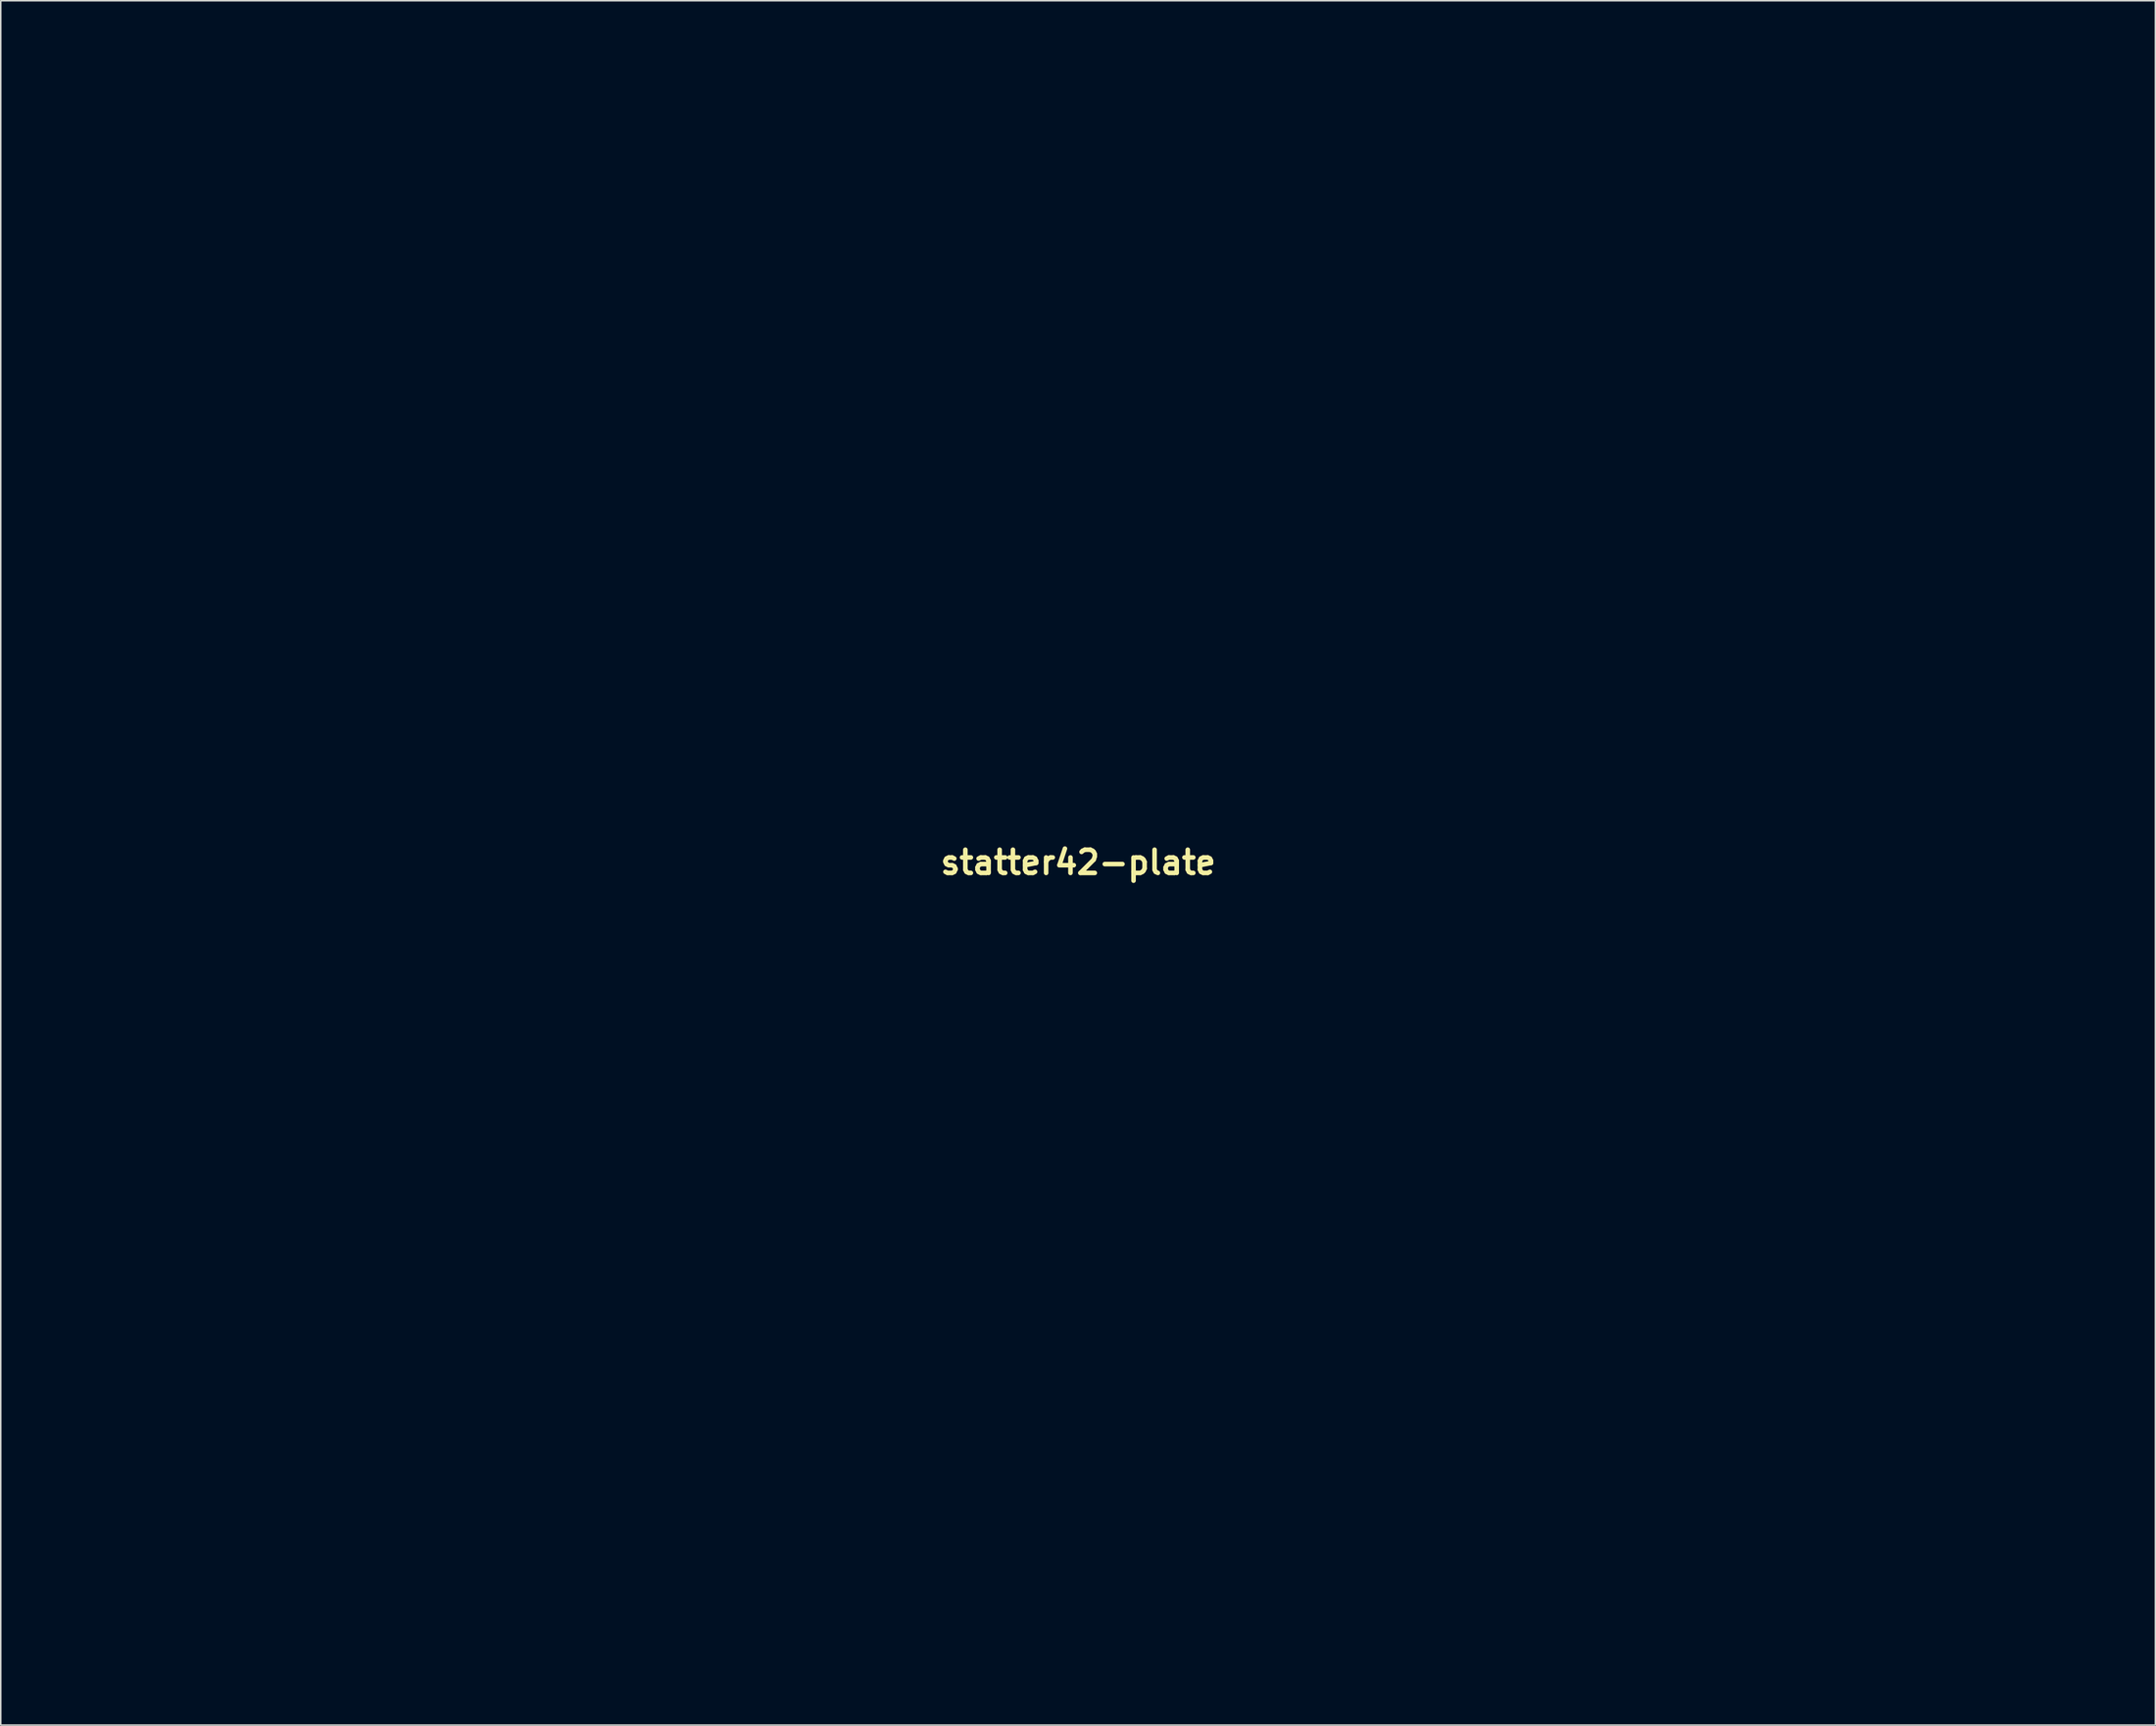
<source format=kicad_pcb>
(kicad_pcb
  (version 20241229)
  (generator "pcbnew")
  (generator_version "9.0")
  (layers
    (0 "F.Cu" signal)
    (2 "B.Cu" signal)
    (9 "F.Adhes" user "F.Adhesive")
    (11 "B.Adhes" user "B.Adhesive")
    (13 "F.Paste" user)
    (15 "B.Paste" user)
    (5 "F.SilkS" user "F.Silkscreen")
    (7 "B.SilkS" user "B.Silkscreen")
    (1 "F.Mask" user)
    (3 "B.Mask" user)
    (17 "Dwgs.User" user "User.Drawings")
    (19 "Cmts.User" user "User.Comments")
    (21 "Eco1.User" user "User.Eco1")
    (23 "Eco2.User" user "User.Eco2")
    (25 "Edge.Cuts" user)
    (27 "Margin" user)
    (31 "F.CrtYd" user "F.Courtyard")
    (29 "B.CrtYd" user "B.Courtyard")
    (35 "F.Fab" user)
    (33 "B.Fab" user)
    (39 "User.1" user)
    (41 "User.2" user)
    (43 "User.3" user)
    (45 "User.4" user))
  (footprint "statter42-plate"
    (layer "F.Cu")
    (at 67.665 53.531)
    (property "Reference" "statter42-plate" (at 0 0 0) (layer "F.SilkS") (effects (font (size 1.524 1.524) (thickness 0.3))))
    (attr through_hole)
    (fp_poly (pts (xy -30.083 -43.472) (xy -29.257 -43.472) (xy -29.257 -40.276) (xy -30.083 -40.276) (xy -30.083 -34.606) (xy -29.284 -34.574) (xy -29.27 -32.962) (xy -29.255 -31.351) (xy -30.083 -31.351) (xy -30.083 -30.359) (xy -44.188 -30.359) (xy -44.188 -31.346) (xy -44.576 -31.362) (xy -44.964 -31.378) (xy -44.964 -34.574) (xy -44.576 -34.59) (xy -44.188 -34.606) (xy -44.188 -40.276) (xy -44.96 -40.276) (xy -44.96 -43.362) (xy -44.849 -43.362) (xy -44.849 -40.387) (xy -44.078 -40.387) (xy -44.078 -34.436) (xy -44.849 -34.436) (xy -44.849 -31.461) (xy -44.078 -31.461) (xy -44.078 -30.469) (xy -30.193 -30.469) (xy -30.193 -31.461) (xy -29.367 -31.461) (xy -29.367 -34.431) (xy -29.766 -34.447) (xy -30.166 -34.464) (xy -30.194 -40.387) (xy -29.367 -40.387) (xy -29.367 -43.362) (xy -30.193 -43.362) (xy -30.193 -44.354) (xy -44.078 -44.354) (xy -44.078 -43.362) (xy -44.849 -43.362) (xy -44.96 -43.362) (xy -44.96 -43.472) (xy -44.188 -43.472) (xy -44.188 -44.464) (xy -30.083 -44.464) (xy -30.083 -43.472)) (stroke (width 0.01) (type solid)) (fill no) (layer "Eco1.User"))
    (fp_poly (pts (xy -47.588 -24.218) (xy -47.288 -24.123) (xy -47.033 -23.952) (xy -46.833 -23.721) (xy -46.698 -23.446) (xy -46.64 -23.144) (xy -46.669 -22.829) (xy -46.794 -22.522) (xy -46.986 -22.285) (xy -47.239 -22.101) (xy -47.524 -21.983) (xy -47.815 -21.942) (xy -48.045 -21.978) (xy -48.391 -22.136) (xy -48.649 -22.36) (xy -48.826 -22.655) (xy -48.873 -22.791) (xy -48.897 -22.971) (xy -48.796 -22.971) (xy -48.722 -22.696) (xy -48.556 -22.437) (xy -48.485 -22.362) (xy -48.207 -22.166) (xy -47.902 -22.075) (xy -47.578 -22.09) (xy -47.274 -22.199) (xy -47.054 -22.367) (xy -46.878 -22.614) (xy -46.776 -22.871) (xy -46.753 -23.158) (xy -46.821 -23.445) (xy -46.968 -23.708) (xy -47.179 -23.922) (xy -47.438 -24.061) (xy -47.487 -24.076) (xy -47.806 -24.114) (xy -48.097 -24.062) (xy -48.349 -23.933) (xy -48.554 -23.745) (xy -48.703 -23.511) (xy -48.786 -23.248) (xy -48.796 -22.971) (xy -48.897 -22.971) (xy -48.916 -23.115) (xy -48.861 -23.43) (xy -48.72 -23.717) (xy -48.507 -23.957) (xy -48.233 -24.132) (xy -47.921 -24.222) (xy -47.588 -24.218)) (stroke (width 0.01) (type solid)) (fill no) (layer "Eco1.User"))
    (fp_poly (pts (xy 35.875 -0.798) (xy 36.189 -0.682) (xy 36.463 -0.477) (xy 36.513 -0.423) (xy 36.702 -0.132) (xy 36.789 0.184) (xy 36.776 0.508) (xy 36.661 0.819) (xy 36.513 1.029) (xy 36.254 1.249) (xy 35.949 1.384) (xy 35.622 1.43) (xy 35.3 1.379) (xy 35.208 1.345) (xy 34.923 1.169) (xy 34.716 0.933) (xy 34.586 0.657) (xy 34.534 0.359) (xy 34.538 0.303) (xy 34.656 0.303) (xy 34.699 0.637) (xy 34.83 0.906) (xy 35.055 1.119) (xy 35.235 1.222) (xy 35.517 1.301) (xy 35.819 1.296) (xy 36.102 1.209) (xy 36.235 1.127) (xy 36.479 0.881) (xy 36.626 0.6) (xy 36.674 0.301) (xy 36.621 -0.002) (xy 36.465 -0.292) (xy 36.404 -0.367) (xy 36.149 -0.583) (xy 35.859 -0.697) (xy 35.547 -0.706) (xy 35.235 -0.612) (xy 34.954 -0.435) (xy 34.768 -0.201) (xy 34.672 0.093) (xy 34.656 0.303) (xy 34.538 0.303) (xy 34.558 0.057) (xy 34.66 -0.229) (xy 34.839 -0.481) (xy 35.095 -0.68) (xy 35.22 -0.741) (xy 35.544 -0.82) (xy 35.875 -0.798)) (stroke (width 0.01) (type solid)) (fill no) (layer "Eco1.User"))
    (fp_poly (pts (xy 27.053 -19.67) (xy 27.881 -19.67) (xy 27.866 -18.063) (xy 27.852 -16.456) (xy 27.452 -16.469) (xy 27.053 -16.482) (xy 27.053 -10.744) (xy 27.879 -10.744) (xy 27.879 -7.548) (xy 27.053 -7.548) (xy 27.053 -6.557) (xy 12.948 -6.557) (xy 12.948 -7.544) (xy 12.56 -7.56) (xy 12.173 -7.576) (xy 12.161 -9.16) (xy 12.149 -10.744) (xy 12.948 -10.744) (xy 12.948 -16.482) (xy 12.56 -16.469) (xy 12.173 -16.456) (xy 12.173 -18.049) (xy 12.173 -19.56) (xy 12.287 -19.56) (xy 12.287 -16.584) (xy 13.058 -16.584) (xy 13.058 -10.634) (xy 12.287 -10.634) (xy 12.287 -7.659) (xy 13.058 -7.659) (xy 13.058 -6.667) (xy 26.943 -6.667) (xy 26.943 -7.659) (xy 27.769 -7.659) (xy 27.769 -10.634) (xy 26.943 -10.634) (xy 26.943 -16.584) (xy 27.769 -16.584) (xy 27.769 -19.56) (xy 26.943 -19.56) (xy 26.943 -20.551) (xy 13.058 -20.551) (xy 13.058 -19.56) (xy 12.287 -19.56) (xy 12.173 -19.56) (xy 12.173 -19.642) (xy 12.56 -19.658) (xy 12.948 -19.675) (xy 12.948 -20.662) (xy 27.053 -20.662) (xy 27.053 -19.67)) (stroke (width 0.01) (type solid)) (fill no) (layer "Eco1.User"))
    (fp_poly (pts (xy -3.214 19.878) (xy -2.932 20.021) (xy -2.697 20.234) (xy -2.526 20.508) (xy -2.441 20.814) (xy -2.45 21.137) (xy -2.553 21.439) (xy -2.735 21.703) (xy -2.981 21.911) (xy -3.274 22.047) (xy -3.581 22.092) (xy -3.798 22.067) (xy -4.016 22.006) (xy -4.054 21.99) (xy -4.305 21.822) (xy -4.511 21.583) (xy -4.655 21.301) (xy -4.723 21.003) (xy -4.718 20.9) (xy -4.602 20.9) (xy -4.571 21.184) (xy -4.468 21.444) (xy -4.302 21.667) (xy -4.085 21.84) (xy -3.828 21.947) (xy -3.542 21.975) (xy -3.238 21.91) (xy -3.166 21.88) (xy -2.892 21.701) (xy -2.696 21.459) (xy -2.584 21.175) (xy -2.561 20.869) (xy -2.632 20.56) (xy -2.761 20.322) (xy -2.963 20.127) (xy -3.223 20.003) (xy -3.514 19.951) (xy -3.811 19.97) (xy -4.088 20.061) (xy -4.319 20.224) (xy -4.4 20.32) (xy -4.549 20.608) (xy -4.602 20.9) (xy -4.718 20.9) (xy -4.71 20.76) (xy -4.597 20.449) (xy -4.404 20.174) (xy -4.157 19.969) (xy -4.152 19.965) (xy -3.842 19.842) (xy -3.523 19.816) (xy -3.214 19.878)) (stroke (width 0.01) (type solid)) (fill no) (layer "Eco1.User"))
    (fp_poly (pts (xy 42.939 31.096) (xy 43.182 31.178) (xy 43.462 31.374) (xy 43.661 31.624) (xy 43.78 31.91) (xy 43.819 32.212) (xy 43.779 32.513) (xy 43.66 32.794) (xy 43.463 33.036) (xy 43.188 33.222) (xy 43.129 33.249) (xy 42.88 33.313) (xy 42.597 33.328) (xy 42.333 33.292) (xy 42.23 33.257) (xy 41.951 33.081) (xy 41.745 32.841) (xy 41.615 32.558) (xy 41.563 32.251) (xy 41.565 32.228) (xy 41.672 32.228) (xy 41.721 32.535) (xy 41.829 32.767) (xy 42.046 33.001) (xy 42.319 33.152) (xy 42.627 33.213) (xy 42.946 33.18) (xy 43.12 33.118) (xy 43.376 32.947) (xy 43.56 32.71) (xy 43.668 32.431) (xy 43.695 32.133) (xy 43.636 31.838) (xy 43.486 31.57) (xy 43.456 31.534) (xy 43.208 31.327) (xy 42.923 31.21) (xy 42.622 31.183) (xy 42.327 31.245) (xy 42.059 31.393) (xy 41.84 31.627) (xy 41.833 31.637) (xy 41.709 31.916) (xy 41.672 32.228) (xy 41.565 32.228) (xy 41.59 31.94) (xy 41.699 31.646) (xy 41.891 31.388) (xy 42.032 31.27) (xy 42.308 31.136) (xy 42.623 31.076) (xy 42.939 31.096)) (stroke (width 0.01) (type solid)) (fill no) (layer "Eco1.User"))
    (fp_poly (pts (xy 48.842 -0.775) (xy 49.127 -0.572) (xy 49.17 -0.531) (xy 49.379 -0.255) (xy 49.492 0.043) (xy 49.515 0.346) (xy 49.455 0.638) (xy 49.319 0.903) (xy 49.114 1.124) (xy 48.847 1.284) (xy 48.524 1.369) (xy 48.372 1.377) (xy 48.167 1.361) (xy 47.98 1.32) (xy 47.907 1.291) (xy 47.608 1.081) (xy 47.401 0.81) (xy 47.287 0.483) (xy 47.269 0.276) (xy 47.384 0.276) (xy 47.418 0.571) (xy 47.53 0.813) (xy 47.696 1.002) (xy 47.892 1.154) (xy 48.107 1.235) (xy 48.381 1.263) (xy 48.398 1.264) (xy 48.679 1.23) (xy 48.9 1.132) (xy 49.152 0.927) (xy 49.318 0.67) (xy 49.397 0.381) (xy 49.384 0.082) (xy 49.279 -0.208) (xy 49.098 -0.447) (xy 48.838 -0.641) (xy 48.556 -0.739) (xy 48.269 -0.749) (xy 47.997 -0.677) (xy 47.754 -0.531) (xy 47.56 -0.319) (xy 47.431 -0.047) (xy 47.384 0.276) (xy 47.269 0.276) (xy 47.266 0.239) (xy 47.315 -0.102) (xy 47.46 -0.391) (xy 47.701 -0.624) (xy 47.876 -0.73) (xy 48.217 -0.853) (xy 48.539 -0.868) (xy 48.842 -0.775)) (stroke (width 0.01) (type solid)) (fill no) (layer "Eco1.User"))
    (fp_poly (pts (xy -47.38 13.925) (xy -47.106 14.066) (xy -46.875 14.282) (xy -46.705 14.571) (xy -46.675 14.65) (xy -46.619 14.974) (xy -46.659 15.283) (xy -46.781 15.565) (xy -46.971 15.805) (xy -47.216 15.989) (xy -47.501 16.105) (xy -47.812 16.138) (xy -48.128 16.077) (xy -48.429 15.919) (xy -48.663 15.689) (xy -48.82 15.408) (xy -48.894 15.096) (xy -48.893 15.064) (xy -48.783 15.064) (xy -48.753 15.246) (xy -48.639 15.51) (xy -48.451 15.743) (xy -48.22 15.911) (xy -48.128 15.951) (xy -47.912 16.014) (xy -47.73 16.025) (xy -47.522 15.986) (xy -47.468 15.972) (xy -47.191 15.844) (xy -46.978 15.645) (xy -46.832 15.395) (xy -46.757 15.115) (xy -46.758 14.825) (xy -46.839 14.548) (xy -47.003 14.303) (xy -47.122 14.196) (xy -47.408 14.038) (xy -47.702 13.976) (xy -47.99 14) (xy -48.255 14.101) (xy -48.482 14.267) (xy -48.656 14.49) (xy -48.762 14.759) (xy -48.783 15.064) (xy -48.893 15.064) (xy -48.878 14.772) (xy -48.764 14.456) (xy -48.745 14.422) (xy -48.533 14.156) (xy -48.272 13.975) (xy -47.981 13.878) (xy -47.677 13.862) (xy -47.38 13.925)) (stroke (width 0.01) (type solid)) (fill no) (layer "Eco1.User"))
    (fp_poly (pts (xy -11.02 -48.201) (xy -10.632 -48.218) (xy -10.245 -48.236) (xy -10.244 -46.639) (xy -10.244 -45.042) (xy -11.02 -45.01) (xy -11.02 -39.345) (xy -10.632 -39.328) (xy -10.244 -39.312) (xy -10.232 -37.728) (xy -10.221 -36.144) (xy -10.618 -36.144) (xy -11.015 -36.144) (xy -11.047 -35.125) (xy -18.086 -35.111) (xy -25.125 -35.097) (xy -25.125 -36.151) (xy -25.524 -36.138) (xy -25.923 -36.125) (xy -25.938 -37.733) (xy -25.953 -39.34) (xy -25.125 -39.34) (xy -25.125 -45.015) (xy -25.953 -45.015) (xy -25.938 -46.62) (xy -25.925 -48.1) (xy -25.841 -48.1) (xy -25.841 -45.125) (xy -25.014 -45.125) (xy -25.014 -39.23) (xy -25.841 -39.23) (xy -25.841 -36.254) (xy -25.014 -36.254) (xy -25.014 -35.262) (xy -11.13 -35.262) (xy -11.13 -36.254) (xy -10.358 -36.254) (xy -10.358 -39.23) (xy -11.13 -39.23) (xy -11.13 -45.125) (xy -10.358 -45.125) (xy -10.358 -48.1) (xy -11.126 -48.1) (xy -11.157 -49.12) (xy -25.014 -49.147) (xy -25.014 -48.1) (xy -25.841 -48.1) (xy -25.925 -48.1) (xy -25.923 -48.225) (xy -25.538 -48.232) (xy -25.152 -48.238) (xy -25.12 -49.257) (xy -11.02 -49.257) (xy -11.02 -48.201)) (stroke (width 0.01) (type solid)) (fill no) (layer "Eco1.User"))
    (fp_poly (pts (xy 27.053 -0.606) (xy 27.879 -0.606) (xy 27.879 2.59) (xy 27.053 2.59) (xy 27.053 8.26) (xy 27.452 8.276) (xy 27.852 8.292) (xy 27.852 11.488) (xy 27.452 11.504) (xy 27.053 11.52) (xy 27.053 12.507) (xy 12.948 12.507) (xy 12.948 11.52) (xy 12.56 11.504) (xy 12.173 11.488) (xy 12.173 8.292) (xy 12.56 8.276) (xy 12.948 8.26) (xy 12.948 2.594) (xy 12.56 2.578) (xy 12.173 2.562) (xy 12.173 -0.496) (xy 12.287 -0.496) (xy 12.287 2.479) (xy 13.059 2.479) (xy 13.031 8.394) (xy 12.287 8.367) (xy 12.287 11.405) (xy 13.058 11.405) (xy 13.058 12.397) (xy 26.939 12.397) (xy 26.954 11.894) (xy 26.97 11.39) (xy 27.356 11.384) (xy 27.742 11.378) (xy 27.742 8.402) (xy 27.356 8.396) (xy 26.97 8.39) (xy 26.956 5.434) (xy 26.942 2.479) (xy 27.769 2.479) (xy 27.769 -0.496) (xy 26.943 -0.496) (xy 26.943 -1.488) (xy 13.058 -1.488) (xy 13.058 -0.496) (xy 12.287 -0.496) (xy 12.173 -0.496) (xy 12.173 -0.579) (xy 12.56 -0.595) (xy 12.948 -0.611) (xy 12.948 -1.598) (xy 27.053 -1.598) (xy 27.053 -0.606)) (stroke (width 0.01) (type solid)) (fill no) (layer "Eco1.User"))
    (fp_poly (pts (xy 11.84 -24.282) (xy 12.137 -24.194) (xy 12.4 -24.026) (xy 12.611 -23.778) (xy 12.659 -23.693) (xy 12.759 -23.388) (xy 12.773 -23.062) (xy 12.707 -22.745) (xy 12.564 -22.466) (xy 12.445 -22.331) (xy 12.174 -22.153) (xy 11.856 -22.057) (xy 11.523 -22.048) (xy 11.203 -22.13) (xy 11.125 -22.167) (xy 10.942 -22.295) (xy 10.769 -22.464) (xy 10.716 -22.53) (xy 10.628 -22.668) (xy 10.578 -22.794) (xy 10.556 -22.949) (xy 10.551 -23.169) (xy 10.554 -23.294) (xy 10.646 -23.294) (xy 10.652 -22.986) (xy 10.745 -22.703) (xy 10.914 -22.461) (xy 11.15 -22.279) (xy 11.44 -22.172) (xy 11.642 -22.151) (xy 11.844 -22.169) (xy 12.033 -22.217) (xy 12.083 -22.239) (xy 12.311 -22.379) (xy 12.472 -22.549) (xy 12.568 -22.712) (xy 12.655 -22.991) (xy 12.658 -23.295) (xy 12.583 -23.591) (xy 12.437 -23.843) (xy 12.359 -23.924) (xy 12.102 -24.087) (xy 11.797 -24.17) (xy 11.481 -24.166) (xy 11.254 -24.103) (xy 11.016 -23.976) (xy 10.851 -23.811) (xy 10.737 -23.609) (xy 10.646 -23.294) (xy 10.554 -23.294) (xy 10.556 -23.392) (xy 10.579 -23.546) (xy 10.63 -23.672) (xy 10.716 -23.807) (xy 10.949 -24.052) (xy 11.227 -24.212) (xy 11.53 -24.289) (xy 11.84 -24.282)) (stroke (width 0.01) (type solid)) (fill no) (layer "Eco1.User"))
    (fp_poly (pts (xy -18.086 7.92) (xy -11.047 7.933) (xy -11.031 8.43) (xy -11.015 8.926) (xy -10.248 8.926) (xy -10.248 10.469) (xy -10.248 10.871) (xy -10.246 11.236) (xy -10.244 11.552) (xy -10.242 11.802) (xy -10.238 11.973) (xy -10.235 12.05) (xy -10.234 12.053) (xy -10.278 12.075) (xy -10.405 12.095) (xy -10.591 12.109) (xy -10.62 12.11) (xy -11.02 12.126) (xy -11.02 17.792) (xy -10.244 17.824) (xy -10.244 21.02) (xy -11.02 21.052) (xy -11.02 22.039) (xy -25.125 22.039) (xy -25.125 21.052) (xy -25.524 21.036) (xy -25.923 21.02) (xy -25.938 19.408) (xy -25.953 17.797) (xy -25.125 17.797) (xy -25.125 12.121) (xy -25.951 12.121) (xy -25.951 9.036) (xy -25.841 9.036) (xy -25.841 12.011) (xy -25.014 12.011) (xy -25.014 17.907) (xy -25.841 17.907) (xy -25.841 20.877) (xy -25.441 20.893) (xy -25.042 20.91) (xy -25.01 21.929) (xy -11.13 21.929) (xy -11.13 20.882) (xy -10.358 20.882) (xy -10.358 17.907) (xy -11.13 17.907) (xy -11.13 12.011) (xy -10.358 12.011) (xy -10.358 9.036) (xy -11.13 9.036) (xy -11.13 8.044) (xy -25.014 8.044) (xy -25.014 9.036) (xy -25.841 9.036) (xy -25.951 9.036) (xy -25.951 8.926) (xy -25.125 8.926) (xy -25.125 7.907) (xy -18.086 7.92)) (stroke (width 0.01) (type solid)) (fill no) (layer "Eco1.User"))
    (fp_poly (pts (xy -11.02 -10.143) (xy -10.62 -10.127) (xy -10.429 -10.114) (xy -10.291 -10.094) (xy -10.234 -10.072) (xy -10.234 -10.069) (xy -10.238 -10.005) (xy -10.241 -9.846) (xy -10.244 -9.605) (xy -10.246 -9.297) (xy -10.248 -8.937) (xy -10.248 -8.539) (xy -10.248 -8.485) (xy -10.248 -6.942) (xy -11.02 -6.942) (xy -11.02 -1.272) (xy -10.632 -1.256) (xy -10.244 -1.24) (xy -10.244 1.956) (xy -10.632 1.972) (xy -11.02 1.988) (xy -11.02 2.975) (xy -25.125 2.975) (xy -25.125 1.984) (xy -25.953 1.984) (xy -25.938 0.372) (xy -25.923 -1.24) (xy -25.524 -1.256) (xy -25.125 -1.272) (xy -25.125 -6.942) (xy -25.951 -6.942) (xy -25.951 -10.028) (xy -25.841 -10.028) (xy -25.841 -7.052) (xy -25.013 -7.052) (xy -25.028 -4.091) (xy -25.042 -1.13) (xy -25.441 -1.113) (xy -25.841 -1.097) (xy -25.841 1.873) (xy -25.014 1.873) (xy -25.014 2.865) (xy -11.13 2.865) (xy -11.13 1.873) (xy -10.358 1.873) (xy -10.358 -1.102) (xy -11.13 -1.102) (xy -11.13 -7.052) (xy -10.358 -7.052) (xy -10.358 -10.028) (xy -11.13 -10.028) (xy -11.13 -11.02) (xy -25.014 -11.02) (xy -25.014 -10.028) (xy -25.841 -10.028) (xy -25.951 -10.028) (xy -25.951 -10.138) (xy -25.125 -10.138) (xy -25.125 -11.13) (xy -11.02 -11.13) (xy -11.02 -10.143)) (stroke (width 0.01) (type solid)) (fill no) (layer "Eco1.User"))
    (fp_poly (pts (xy -11.02 -29.207) (xy -10.632 -29.19) (xy -10.244 -29.174) (xy -10.244 -25.979) (xy -10.632 -25.962) (xy -11.02 -25.946) (xy -11.02 -20.276) (xy -10.248 -20.276) (xy -10.248 -18.733) (xy -10.248 -18.331) (xy -10.246 -17.965) (xy -10.244 -17.65) (xy -10.242 -17.4) (xy -10.238 -17.229) (xy -10.235 -17.151) (xy -10.234 -17.149) (xy -10.278 -17.127) (xy -10.405 -17.107) (xy -10.591 -17.093) (xy -10.62 -17.092) (xy -11.02 -17.075) (xy -11.02 -16.089) (xy -25.125 -16.089) (xy -25.125 -17.08) (xy -25.951 -17.08) (xy -25.951 -20.276) (xy -25.125 -20.276) (xy -25.125 -25.946) (xy -25.524 -25.962) (xy -25.923 -25.979) (xy -25.925 -26.121) (xy -25.843 -26.121) (xy -25.442 -26.105) (xy -25.042 -26.089) (xy -25.013 -20.166) (xy -25.841 -20.166) (xy -25.841 -17.19) (xy -25.014 -17.19) (xy -25.014 -16.199) (xy -11.13 -16.199) (xy -11.13 -17.19) (xy -10.358 -17.19) (xy -10.358 -20.166) (xy -11.13 -20.166) (xy -11.13 -26.116) (xy -10.358 -26.116) (xy -10.358 -29.092) (xy -11.13 -29.092) (xy -11.13 -30.083) (xy -25.014 -30.083) (xy -25.014 -29.096) (xy -25.414 -29.08) (xy -25.813 -29.064) (xy -25.828 -27.593) (xy -25.843 -26.121) (xy -25.925 -26.121) (xy -25.938 -27.59) (xy -25.953 -29.202) (xy -25.125 -29.202) (xy -25.125 -30.193) (xy -11.02 -30.193) (xy -11.02 -29.207)) (stroke (width 0.01) (type solid)) (fill no) (layer "Eco1.User"))
    (fp_poly (pts (xy -30.083 13.664) (xy -29.255 13.664) (xy -29.27 15.269) (xy -29.284 16.875) (xy -29.67 16.881) (xy -30.056 16.887) (xy -30.07 19.739) (xy -30.084 22.59) (xy -29.257 22.59) (xy -29.257 25.786) (xy -30.083 25.786) (xy -30.083 26.777) (xy -44.188 26.777) (xy -44.188 25.791) (xy -44.588 25.774) (xy -44.779 25.761) (xy -44.916 25.742) (xy -44.973 25.72) (xy -44.973 25.717) (xy -44.97 25.653) (xy -44.967 25.493) (xy -44.964 25.253) (xy -44.962 24.945) (xy -44.96 24.585) (xy -44.96 24.186) (xy -44.96 24.133) (xy -44.96 22.59) (xy -44.188 22.59) (xy -44.188 16.85) (xy -44.576 16.868) (xy -44.963 16.886) (xy -44.963 15.289) (xy -44.964 13.774) (xy -44.849 13.774) (xy -44.849 16.75) (xy -44.078 16.75) (xy -44.078 22.7) (xy -44.849 22.7) (xy -44.849 25.675) (xy -44.078 25.675) (xy -44.078 26.667) (xy -30.193 26.667) (xy -30.193 25.675) (xy -29.367 25.675) (xy -29.367 22.7) (xy -30.194 22.7) (xy -30.18 19.739) (xy -30.166 16.777) (xy -29.766 16.761) (xy -29.367 16.745) (xy -29.367 13.774) (xy -30.193 13.774) (xy -30.193 12.783) (xy -44.078 12.783) (xy -44.078 13.774) (xy -44.849 13.774) (xy -44.964 13.774) (xy -44.964 13.692) (xy -44.576 13.676) (xy -44.188 13.659) (xy -44.188 12.672) (xy -30.083 12.672) (xy -30.083 13.664)) (stroke (width 0.01) (type solid)) (fill no) (layer "Eco1.User"))
    (fp_poly (pts (xy -49.092 -19.67) (xy -48.319 -19.67) (xy -48.334 -18.062) (xy -48.348 -16.455) (xy -49.092 -16.482) (xy -49.092 -10.744) (xy -48.321 -10.744) (xy -48.321 -7.548) (xy -49.092 -7.548) (xy -49.092 -6.557) (xy -56.135 -6.557) (xy -57.007 -6.557) (xy -57.849 -6.558) (xy -58.653 -6.559) (xy -59.414 -6.561) (xy -60.125 -6.563) (xy -60.779 -6.566) (xy -61.369 -6.569) (xy -61.89 -6.572) (xy -62.334 -6.576) (xy -62.695 -6.58) (xy -62.966 -6.584) (xy -63.141 -6.588) (xy -63.214 -6.593) (xy -63.215 -6.593) (xy -63.232 -6.662) (xy -63.245 -6.812) (xy -63.252 -7.016) (xy -63.252 -7.089) (xy -63.252 -7.548) (xy -64.023 -7.548) (xy -64.023 -10.744) (xy -63.252 -10.744) (xy -63.252 -16.482) (xy -63.996 -16.455) (xy -64.01 -18.062) (xy -64.024 -19.56) (xy -63.913 -19.56) (xy -63.913 -16.589) (xy -63.114 -16.557) (xy -63.114 -10.661) (xy -63.913 -10.629) (xy -63.913 -7.659) (xy -63.087 -7.659) (xy -63.087 -6.667) (xy -49.257 -6.667) (xy -49.257 -7.659) (xy -48.431 -7.659) (xy -48.431 -10.629) (xy -49.23 -10.661) (xy -49.23 -16.557) (xy -48.431 -16.589) (xy -48.431 -19.56) (xy -49.257 -19.56) (xy -49.257 -20.551) (xy -63.087 -20.551) (xy -63.087 -19.56) (xy -63.913 -19.56) (xy -64.024 -19.56) (xy -64.025 -19.67) (xy -63.256 -19.67) (xy -63.24 -20.152) (xy -63.225 -20.634) (xy -49.092 -20.662) (xy -49.092 -19.67)) (stroke (width 0.01) (type solid)) (fill no) (layer "Eco1.User"))
    (fp_poly (pts (xy -30.083 -24.408) (xy -29.257 -24.408) (xy -29.257 -21.213) (xy -30.083 -21.213) (xy -30.083 -15.538) (xy -29.255 -15.538) (xy -29.27 -13.926) (xy -29.284 -12.314) (xy -29.684 -12.298) (xy -30.083 -12.282) (xy -30.083 -11.295) (xy -44.188 -11.295) (xy -44.188 -12.282) (xy -44.576 -12.298) (xy -44.964 -12.314) (xy -44.964 -15.51) (xy -44.576 -15.526) (xy -44.188 -15.542) (xy -44.188 -21.213) (xy -44.96 -21.213) (xy -44.96 -24.298) (xy -44.849 -24.298) (xy -44.849 -21.323) (xy -44.078 -21.323) (xy -44.078 -15.427) (xy -44.849 -15.427) (xy -44.849 -12.452) (xy -44.078 -12.452) (xy -44.078 -11.965) (xy -44.074 -11.744) (xy -44.064 -11.566) (xy -44.049 -11.459) (xy -44.041 -11.442) (xy -43.983 -11.437) (xy -43.82 -11.433) (xy -43.561 -11.429) (xy -43.212 -11.425) (xy -42.779 -11.421) (xy -42.269 -11.418) (xy -41.688 -11.415) (xy -41.044 -11.412) (xy -40.343 -11.41) (xy -39.591 -11.408) (xy -38.796 -11.406) (xy -37.963 -11.405) (xy -37.101 -11.405) (xy -30.198 -11.405) (xy -30.166 -12.425) (xy -29.766 -12.441) (xy -29.367 -12.457) (xy -29.367 -15.427) (xy -30.193 -15.427) (xy -30.193 -21.323) (xy -29.367 -21.323) (xy -29.367 -24.298) (xy -30.193 -24.298) (xy -30.193 -25.29) (xy -44.078 -25.29) (xy -44.078 -24.298) (xy -44.849 -24.298) (xy -44.96 -24.298) (xy -44.96 -24.408) (xy -44.192 -24.408) (xy -44.161 -25.401) (xy -30.083 -25.428) (xy -30.083 -24.408)) (stroke (width 0.01) (type solid)) (fill no) (layer "Eco1.User"))
    (fp_poly (pts (xy -30.083 -5.404) (xy -29.684 -5.388) (xy -29.284 -5.372) (xy -29.284 -2.176) (xy -29.684 -2.16) (xy -30.083 -2.144) (xy -30.083 3.526) (xy -29.257 3.526) (xy -29.257 6.722) (xy -30.083 6.722) (xy -30.083 7.713) (xy -37.113 7.727) (xy -37.984 7.729) (xy -38.824 7.73) (xy -39.627 7.731) (xy -40.386 7.731) (xy -41.095 7.731) (xy -41.747 7.731) (xy -42.335 7.73) (xy -42.853 7.729) (xy -43.295 7.727) (xy -43.653 7.726) (xy -43.922 7.724) (xy -44.095 7.721) (xy -44.164 7.719) (xy -44.165 7.718) (xy -44.176 7.657) (xy -44.183 7.511) (xy -44.188 7.308) (xy -44.188 7.209) (xy -44.188 6.722) (xy -44.96 6.722) (xy -44.96 3.526) (xy -44.188 3.526) (xy -44.188 -2.144) (xy -44.576 -2.16) (xy -44.964 -2.176) (xy -44.964 -5.302) (xy -44.849 -5.302) (xy -44.849 -2.259) (xy -44.078 -2.259) (xy -44.078 3.636) (xy -44.849 3.636) (xy -44.849 6.612) (xy -44.078 6.612) (xy -44.078 7.603) (xy -30.193 7.603) (xy -30.193 6.612) (xy -29.367 6.612) (xy -29.367 3.636) (xy -30.193 3.636) (xy -30.193 -2.254) (xy -29.794 -2.27) (xy -29.395 -2.287) (xy -29.395 -5.262) (xy -30.166 -5.274) (xy -30.198 -6.281) (xy -44.078 -6.281) (xy -44.078 -5.258) (xy -44.849 -5.302) (xy -44.964 -5.302) (xy -44.964 -5.372) (xy -44.576 -5.388) (xy -44.188 -5.404) (xy -44.188 -6.391) (xy -30.083 -6.391) (xy -30.083 -5.404)) (stroke (width 0.01) (type solid)) (fill no) (layer "Eco1.User"))
    (fp_poly (pts (xy -49.092 -0.606) (xy -48.321 -0.606) (xy -48.321 2.59) (xy -49.092 2.59) (xy -49.092 8.265) (xy -48.321 8.265) (xy -48.321 11.515) (xy -49.088 11.515) (xy -49.104 11.998) (xy -49.12 12.48) (xy -56.149 12.494) (xy -57.02 12.495) (xy -57.861 12.496) (xy -58.664 12.496) (xy -59.424 12.496) (xy -60.134 12.495) (xy -60.787 12.494) (xy -61.376 12.492) (xy -61.896 12.489) (xy -62.339 12.487) (xy -62.699 12.483) (xy -62.969 12.48) (xy -63.143 12.476) (xy -63.214 12.471) (xy -63.215 12.471) (xy -63.232 12.402) (xy -63.245 12.251) (xy -63.252 12.047) (xy -63.252 11.975) (xy -63.252 11.515) (xy -64.023 11.515) (xy -64.023 8.265) (xy -63.252 8.265) (xy -63.252 2.59) (xy -64.023 2.59) (xy -64.023 -0.496) (xy -63.913 -0.496) (xy -63.913 2.479) (xy -63.086 2.479) (xy -63.1 5.436) (xy -63.114 8.393) (xy -63.913 8.367) (xy -63.913 11.413) (xy -63.114 11.386) (xy -63.098 11.892) (xy -63.083 12.397) (xy -49.261 12.397) (xy -49.246 11.892) (xy -49.23 11.386) (xy -48.431 11.413) (xy -48.431 8.367) (xy -49.23 8.393) (xy -49.23 2.507) (xy -48.83 2.491) (xy -48.431 2.475) (xy -48.431 -0.491) (xy -49.23 -0.523) (xy -49.246 -1.006) (xy -49.262 -1.488) (xy -63.087 -1.488) (xy -63.087 -0.496) (xy -63.913 -0.496) (xy -64.023 -0.496) (xy -64.023 -0.606) (xy -63.252 -0.606) (xy -63.252 -1.598) (xy -49.092 -1.598) (xy -49.092 -0.606)) (stroke (width 0.01) (type solid)) (fill no) (layer "Eco1.User"))
    (fp_poly (pts (xy -49.104 -39.216) (xy -49.088 -38.734) (xy -48.321 -38.734) (xy -48.321 -35.483) (xy -49.092 -35.483) (xy -49.092 -29.808) (xy -48.321 -29.808) (xy -48.321 -26.612) (xy -49.088 -26.612) (xy -49.104 -26.116) (xy -49.12 -25.619) (xy -56.163 -25.606) (xy -57.035 -25.605) (xy -57.876 -25.604) (xy -58.68 -25.603) (xy -59.44 -25.603) (xy -60.149 -25.603) (xy -60.802 -25.603) (xy -61.391 -25.604) (xy -61.911 -25.605) (xy -62.354 -25.606) (xy -62.713 -25.608) (xy -62.983 -25.61) (xy -63.157 -25.613) (xy -63.228 -25.615) (xy -63.229 -25.616) (xy -63.239 -25.678) (xy -63.247 -25.823) (xy -63.252 -26.026) (xy -63.252 -26.125) (xy -63.252 -26.612) (xy -64.023 -26.612) (xy -64.023 -29.808) (xy -63.252 -29.808) (xy -63.252 -35.483) (xy -64.023 -35.483) (xy -64.023 -38.631) (xy -63.913 -38.631) (xy -63.913 -35.586) (xy -63.114 -35.612) (xy -63.1 -32.655) (xy -63.086 -29.698) (xy -63.913 -29.698) (xy -63.913 -26.727) (xy -63.114 -26.695) (xy -63.098 -26.213) (xy -63.082 -25.731) (xy -49.262 -25.731) (xy -49.246 -26.213) (xy -49.23 -26.695) (xy -48.431 -26.727) (xy -48.431 -29.693) (xy -49.23 -29.725) (xy -49.258 -35.593) (xy -48.431 -35.593) (xy -48.431 -38.633) (xy -48.83 -38.615) (xy -49.23 -38.596) (xy -49.246 -39.106) (xy -49.261 -39.615) (xy -63.083 -39.615) (xy -63.098 -39.11) (xy -63.114 -38.605) (xy -63.913 -38.631) (xy -64.023 -38.631) (xy -64.023 -38.734) (xy -63.256 -38.734) (xy -63.24 -39.216) (xy -63.225 -39.698) (xy -49.12 -39.698) (xy -49.104 -39.216)) (stroke (width 0.01) (type solid)) (fill no) (layer "Eco1.User"))
    (fp_poly (pts (xy 8.044 -43.472) (xy 8.816 -43.472) (xy 8.816 -40.276) (xy 8.044 -40.276) (xy 8.044 -34.606) (xy 8.416 -34.59) (xy 8.788 -34.574) (xy 8.803 -32.962) (xy 8.817 -31.351) (xy 8.049 -31.351) (xy 8.033 -30.868) (xy 8.017 -30.386) (xy 0.987 -30.372) (xy 0.116 -30.371) (xy -0.725 -30.37) (xy -1.528 -30.37) (xy -2.288 -30.37) (xy -2.998 -30.371) (xy -3.651 -30.372) (xy -4.24 -30.374) (xy -4.76 -30.377) (xy -5.203 -30.379) (xy -5.563 -30.383) (xy -5.833 -30.386) (xy -6.007 -30.39) (xy -6.078 -30.395) (xy -6.079 -30.395) (xy -6.096 -30.464) (xy -6.109 -30.615) (xy -6.115 -30.818) (xy -6.116 -30.891) (xy -6.116 -31.351) (xy -6.887 -31.351) (xy -6.887 -34.601) (xy -6.116 -34.601) (xy -6.116 -40.276) (xy -6.887 -40.276) (xy -6.887 -43.362) (xy -6.777 -43.362) (xy -6.777 -40.391) (xy -6.378 -40.375) (xy -5.978 -40.359) (xy -5.978 -34.464) (xy -6.378 -34.447) (xy -6.777 -34.431) (xy -6.777 -31.461) (xy -5.951 -31.461) (xy -5.951 -30.469) (xy 7.879 -30.469) (xy 7.879 -31.461) (xy 8.705 -31.461) (xy 8.705 -34.431) (xy 8.306 -34.447) (xy 7.907 -34.464) (xy 7.907 -40.359) (xy 8.306 -40.375) (xy 8.705 -40.391) (xy 8.705 -43.357) (xy 8.306 -43.373) (xy 7.907 -43.389) (xy 7.891 -43.871) (xy 7.875 -44.354) (xy -5.951 -44.354) (xy -5.951 -43.362) (xy -6.777 -43.362) (xy -6.887 -43.362) (xy -6.887 -43.472) (xy -6.116 -43.472) (xy -6.116 -44.464) (xy 8.044 -44.464) (xy 8.044 -43.472)) (stroke (width 0.01) (type solid)) (fill no) (layer "Eco1.User"))
    (fp_poly (pts (xy 0.964 -25.401) (xy 8.017 -25.401) (xy 8.048 -24.408) (xy 8.816 -24.408) (xy 8.816 -21.213) (xy 8.044 -21.213) (xy 8.044 -15.538) (xy 8.817 -15.538) (xy 8.803 -13.926) (xy 8.788 -12.314) (xy 8.048 -12.282) (xy 8.033 -11.802) (xy 8.017 -11.323) (xy 0.987 -11.309) (xy 0.116 -11.307) (xy -0.725 -11.306) (xy -1.528 -11.306) (xy -2.288 -11.306) (xy -2.998 -11.307) (xy -3.651 -11.309) (xy -4.24 -11.31) (xy -4.76 -11.313) (xy -5.203 -11.316) (xy -5.563 -11.319) (xy -5.833 -11.323) (xy -6.007 -11.327) (xy -6.078 -11.331) (xy -6.079 -11.332) (xy -6.096 -11.4) (xy -6.109 -11.551) (xy -6.115 -11.755) (xy -6.116 -11.828) (xy -6.116 -12.287) (xy -6.887 -12.287) (xy -6.887 -15.538) (xy -6.116 -15.538) (xy -6.116 -21.213) (xy -6.887 -21.213) (xy -6.887 -24.293) (xy -6.777 -24.293) (xy -6.777 -21.323) (xy -5.951 -21.323) (xy -5.951 -15.427) (xy -6.777 -15.427) (xy -6.777 -12.457) (xy -6.378 -12.441) (xy -5.978 -12.425) (xy -5.946 -11.405) (xy 7.875 -11.405) (xy 7.907 -12.425) (xy 8.306 -12.441) (xy 8.705 -12.457) (xy 8.705 -15.427) (xy 7.879 -15.427) (xy 7.879 -21.323) (xy 8.705 -21.323) (xy 8.705 -24.293) (xy 8.306 -24.309) (xy 7.907 -24.326) (xy 7.891 -24.808) (xy 7.875 -25.29) (xy -5.946 -25.29) (xy -5.962 -24.808) (xy -5.978 -24.326) (xy -6.378 -24.309) (xy -6.777 -24.293) (xy -6.887 -24.293) (xy -6.887 -24.408) (xy -6.12 -24.408) (xy -6.104 -24.905) (xy -6.088 -25.402) (xy 0.964 -25.401)) (stroke (width 0.01) (type solid)) (fill no) (layer "Eco1.User"))
    (fp_poly (pts (xy 8.033 -5.882) (xy 8.049 -5.4) (xy 8.816 -5.4) (xy 8.816 -2.149) (xy 8.044 -2.149) (xy 8.044 3.526) (xy 8.816 3.526) (xy 8.816 6.722) (xy 8.048 6.722) (xy 8.017 7.715) (xy 0.973 7.728) (xy 0.102 7.729) (xy -0.74 7.731) (xy -1.543 7.731) (xy -2.303 7.731) (xy -3.013 7.731) (xy -3.666 7.731) (xy -4.255 7.73) (xy -4.775 7.729) (xy -5.217 7.728) (xy -5.577 7.726) (xy -5.847 7.724) (xy -6.021 7.721) (xy -6.092 7.719) (xy -6.093 7.718) (xy -6.103 7.657) (xy -6.111 7.511) (xy -6.115 7.308) (xy -6.116 7.209) (xy -6.116 6.722) (xy -6.887 6.722) (xy -6.887 3.526) (xy -6.116 3.526) (xy -6.116 -2.149) (xy -6.887 -2.149) (xy -6.887 -5.297) (xy -6.777 -5.297) (xy -6.777 -2.259) (xy -5.951 -2.259) (xy -5.951 3.636) (xy -6.777 3.636) (xy -6.777 6.607) (xy -6.378 6.623) (xy -5.978 6.639) (xy -5.962 7.121) (xy -5.946 7.603) (xy 7.875 7.603) (xy 7.891 7.121) (xy 7.907 6.639) (xy 8.306 6.623) (xy 8.705 6.607) (xy 8.705 3.641) (xy 8.306 3.625) (xy 7.907 3.609) (xy 7.892 0.675) (xy 7.878 -2.259) (xy 8.705 -2.259) (xy 8.705 -5.297) (xy 8.306 -5.284) (xy 7.907 -5.271) (xy 7.875 -6.281) (xy -5.946 -6.281) (xy -5.978 -5.271) (xy -6.378 -5.284) (xy -6.777 -5.297) (xy -6.887 -5.297) (xy -6.887 -5.4) (xy -6.12 -5.4) (xy -6.104 -5.882) (xy -6.088 -6.364) (xy 8.017 -6.364) (xy 8.033 -5.882)) (stroke (width 0.01) (type solid)) (fill no) (layer "Eco1.User"))
    (fp_poly (pts (xy 27.053 -38.738) (xy 27.452 -38.722) (xy 27.852 -38.706) (xy 27.852 -35.51) (xy 27.452 -35.494) (xy 27.053 -35.478) (xy 27.053 -29.808) (xy 27.879 -29.808) (xy 27.879 -26.612) (xy 27.053 -26.612) (xy 27.053 -25.621) (xy 20.023 -25.607) (xy 19.152 -25.605) (xy 18.312 -25.604) (xy 17.509 -25.603) (xy 16.75 -25.603) (xy 16.041 -25.603) (xy 15.39 -25.603) (xy 14.801 -25.604) (xy 14.283 -25.605) (xy 13.841 -25.607) (xy 13.483 -25.608) (xy 13.214 -25.61) (xy 13.042 -25.613) (xy 12.972 -25.615) (xy 12.971 -25.616) (xy 12.961 -25.678) (xy 12.953 -25.823) (xy 12.948 -26.026) (xy 12.948 -26.123) (xy 12.948 -26.607) (xy 12.56 -26.624) (xy 12.173 -26.64) (xy 12.173 -29.78) (xy 12.56 -29.796) (xy 12.948 -29.813) (xy 12.948 -35.478) (xy 12.56 -35.494) (xy 12.173 -35.51) (xy 12.173 -38.636) (xy 12.287 -38.636) (xy 12.287 -35.593) (xy 13.058 -35.593) (xy 13.058 -29.698) (xy 12.287 -29.698) (xy 12.287 -26.722) (xy 13.058 -26.722) (xy 13.058 -25.731) (xy 26.943 -25.731) (xy 26.943 -26.722) (xy 27.769 -26.722) (xy 27.769 -29.698) (xy 26.942 -29.698) (xy 26.956 -32.653) (xy 26.97 -35.608) (xy 27.356 -35.614) (xy 27.742 -35.621) (xy 27.742 -38.596) (xy 27.356 -38.602) (xy 26.97 -38.609) (xy 26.939 -39.615) (xy 13.058 -39.615) (xy 13.058 -38.592) (xy 12.672 -38.614) (xy 12.287 -38.636) (xy 12.173 -38.636) (xy 12.173 -38.706) (xy 12.56 -38.722) (xy 12.948 -38.738) (xy 12.948 -39.725) (xy 27.053 -39.725) (xy 27.053 -38.738)) (stroke (width 0.01) (type solid)) (fill no) (layer "Eco1.User"))
    (fp_poly (pts (xy -49.104 17.952) (xy -49.088 18.465) (xy -48.718 18.452) (xy -48.348 18.438) (xy -48.334 20.046) (xy -48.319 21.653) (xy -49.092 21.653) (xy -49.092 27.328) (xy -48.321 27.328) (xy -48.321 30.524) (xy -49.088 30.524) (xy -49.12 31.543) (xy -56.149 31.557) (xy -57.02 31.559) (xy -57.861 31.56) (xy -58.664 31.56) (xy -59.424 31.56) (xy -60.134 31.559) (xy -60.787 31.557) (xy -61.376 31.556) (xy -61.896 31.553) (xy -62.339 31.55) (xy -62.699 31.547) (xy -62.969 31.543) (xy -63.143 31.539) (xy -63.214 31.535) (xy -63.215 31.534) (xy -63.232 31.466) (xy -63.244 31.315) (xy -63.251 31.108) (xy -63.252 31.007) (xy -63.252 30.516) (xy -63.996 30.543) (xy -64.01 28.936) (xy -64.025 27.328) (xy -63.252 27.328) (xy -63.252 21.653) (xy -64.025 21.653) (xy -64.01 20.046) (xy -63.997 18.573) (xy -63.913 18.573) (xy -63.913 21.543) (xy -63.087 21.543) (xy -63.087 27.439) (xy -63.913 27.439) (xy -63.913 30.409) (xy -63.514 30.425) (xy -63.114 30.441) (xy -63.098 30.924) (xy -63.082 31.406) (xy -49.262 31.406) (xy -49.246 30.924) (xy -49.23 30.441) (xy -48.83 30.425) (xy -48.431 30.409) (xy -48.431 27.439) (xy -49.257 27.439) (xy -49.257 21.543) (xy -48.431 21.543) (xy -48.431 18.573) (xy -48.83 18.557) (xy -49.23 18.54) (xy -49.261 17.521) (xy -63.083 17.521) (xy -63.114 18.54) (xy -63.514 18.557) (xy -63.913 18.573) (xy -63.997 18.573) (xy -63.996 18.438) (xy -63.626 18.452) (xy -63.256 18.465) (xy -63.24 17.952) (xy -63.225 17.438) (xy -49.12 17.438) (xy -49.104 17.952)) (stroke (width 0.01) (type solid)) (fill no) (layer "Eco1.User"))
    (fp_poly (pts (xy 3.544 19.835) (xy 3.707 19.835) (xy 3.967 19.835) (xy 4.317 19.835) (xy 4.751 19.835) (xy 5.262 19.835) (xy 5.844 19.835) (xy 6.49 19.835) (xy 7.193 19.835) (xy 7.947 19.835) (xy 8.746 19.835) (xy 9.582 19.835) (xy 10.448 19.835) (xy 17.521 19.835) (xy 17.521 20.827) (xy 18.348 20.827) (xy 18.348 24.023) (xy 17.521 24.023) (xy 17.521 29.698) (xy 18.349 29.698) (xy 18.335 31.309) (xy 18.32 32.921) (xy 17.92 32.937) (xy 17.521 32.953) (xy 17.521 33.94) (xy 10.505 33.94) (xy 9.635 33.94) (xy 8.795 33.939) (xy 7.992 33.938) (xy 7.233 33.936) (xy 6.524 33.934) (xy 5.873 33.931) (xy 5.284 33.928) (xy 4.766 33.925) (xy 4.324 33.921) (xy 3.965 33.917) (xy 3.696 33.913) (xy 3.523 33.908) (xy 3.454 33.904) (xy 3.453 33.903) (xy 3.436 33.835) (xy 3.423 33.684) (xy 3.417 33.48) (xy 3.416 33.408) (xy 3.416 32.948) (xy 2.645 32.948) (xy 2.645 29.698) (xy 3.416 29.698) (xy 3.416 24.023) (xy 2.645 24.023) (xy 2.645 20.942) (xy 2.755 20.942) (xy 2.755 23.912) (xy 3.526 23.912) (xy 3.526 29.808) (xy 2.755 29.808) (xy 2.755 32.848) (xy 3.149 32.83) (xy 3.543 32.812) (xy 3.531 33.265) (xy 3.53 33.482) (xy 3.536 33.658) (xy 3.549 33.762) (xy 3.554 33.774) (xy 3.615 33.784) (xy 3.786 33.792) (xy 4.066 33.8) (xy 4.456 33.807) (xy 4.954 33.813) (xy 5.561 33.818) (xy 6.276 33.822) (xy 7.098 33.825) (xy 8.029 33.828) (xy 9.066 33.829) (xy 10.21 33.83) (xy 10.497 33.83) (xy 17.407 33.83) (xy 17.438 32.823) (xy 17.824 32.817) (xy 18.21 32.811) (xy 18.239 29.808) (xy 17.411 29.808) (xy 17.411 23.912) (xy 18.237 23.912) (xy 18.237 20.937) (xy 17.411 20.937) (xy 17.411 19.945) (xy 3.519 19.945) (xy 3.531 20.427) (xy 3.543 20.91) (xy 3.149 20.926) (xy 2.755 20.942) (xy 2.645 20.942) (xy 2.645 20.827) (xy 3.412 20.827) (xy 3.428 20.331) (xy 3.439 20.112) (xy 3.456 19.943) (xy 3.475 19.847) (xy 3.485 19.835) (xy 3.544 19.835)) (stroke (width 0.01) (type solid)) (fill no) (layer "Eco1.User"))
    (fp_poly (pts (xy 40.019 -40.545) (xy 40.084 -40.545) (xy 40.881 -40.544) (xy 41.693 -40.542) (xy 42.506 -40.539) (xy 43.308 -40.536) (xy 44.084 -40.532) (xy 44.822 -40.528) (xy 45.509 -40.523) (xy 46.132 -40.518) (xy 46.678 -40.513) (xy 47.133 -40.507) (xy 47.33 -40.505) (xy 49.563 -40.469) (xy 49.921 -40.293) (xy 50.374 -40.015) (xy 50.763 -39.665) (xy 51.07 -39.259) (xy 51.171 -39.078) (xy 51.379 -38.657) (xy 51.414 -35.155) (xy 51.418 -34.639) (xy 51.422 -34.026) (xy 51.426 -33.322) (xy 51.43 -32.534) (xy 51.433 -31.669) (xy 51.436 -30.733) (xy 51.439 -29.731) (xy 51.441 -28.672) (xy 51.443 -27.56) (xy 51.445 -26.402) (xy 51.447 -25.205) (xy 51.448 -23.975) (xy 51.449 -22.719) (xy 51.45 -21.442) (xy 51.45 -20.152) (xy 51.45 -18.854) (xy 51.45 -17.555) (xy 51.449 -16.261) (xy 51.449 -14.979) (xy 51.448 -13.716) (xy 51.446 -12.477) (xy 51.445 -11.268) (xy 51.443 -10.097) (xy 51.441 -8.97) (xy 51.438 -7.892) (xy 51.436 -6.871) (xy 51.433 -5.913) (xy 51.429 -5.024) (xy 51.426 -4.21) (xy 51.422 -3.479) (xy 51.418 -2.836) (xy 51.414 -2.287) (xy 51.409 -1.84) (xy 51.407 -1.68) (xy 51.395 -0.869) (xy 51.382 -0.165) (xy 51.369 0.432) (xy 51.355 0.926) (xy 51.341 1.317) (xy 51.326 1.609) (xy 51.311 1.802) (xy 51.295 1.896) (xy 51.177 2.159) (xy 50.981 2.447) (xy 50.732 2.736) (xy 50.45 3.001) (xy 50.159 3.22) (xy 49.936 3.345) (xy 49.83 3.391) (xy 49.726 3.427) (xy 49.609 3.454) (xy 49.461 3.475) (xy 49.265 3.492) (xy 49.004 3.507) (xy 48.661 3.521) (xy 48.382 3.531) (xy 48.157 3.537) (xy 47.831 3.543) (xy 47.413 3.548) (xy 46.912 3.553) (xy 46.336 3.558) (xy 45.695 3.562) (xy 44.998 3.565) (xy 44.253 3.568) (xy 43.47 3.571) (xy 42.657 3.572) (xy 41.824 3.573) (xy 40.98 3.574) (xy 40.965 3.574) (xy 39.954 3.573) (xy 39.049 3.572) (xy 38.243 3.57) (xy 37.532 3.568) (xy 36.911 3.565) (xy 36.375 3.561) (xy 35.919 3.556) (xy 35.537 3.55) (xy 35.225 3.544) (xy 34.977 3.537) (xy 34.789 3.528) (xy 34.654 3.518) (xy 34.57 3.508) (xy 34.546 3.502) (xy 34.085 3.32) (xy 33.662 3.047) (xy 33.293 2.702) (xy 32.993 2.298) (xy 32.775 1.852) (xy 32.671 1.477) (xy 32.666 1.391) (xy 32.661 1.196) (xy 32.656 0.892) (xy 32.652 0.48) (xy 32.648 -0.04) (xy 32.644 -0.668) (xy 32.641 -1.401) (xy 32.638 -2.241) (xy 32.635 -3.187) (xy 32.633 -4.237) (xy 32.631 -5.391) (xy 32.63 -6.649) (xy 32.629 -8.009) (xy 32.628 -9.472) (xy 32.628 -11.037) (xy 32.628 -12.703) (xy 32.629 -14.47) (xy 32.629 -16.336) (xy 32.63 -17.908) (xy 32.733 -17.908) (xy 32.733 -16.624) (xy 32.733 -15.347) (xy 32.734 -14.081) (xy 32.734 -12.832) (xy 32.735 -11.604) (xy 32.736 -10.403) (xy 32.737 -9.232) (xy 32.739 -8.097) (xy 32.741 -7.002) (xy 32.742 -5.953) (xy 32.744 -4.955) (xy 32.747 -4.011) (xy 32.749 -3.128) (xy 32.752 -2.309) (xy 32.754 -1.56) (xy 32.757 -0.886) (xy 32.76 -0.291) (xy 32.764 0.22) (xy 32.767 0.641) (xy 32.771 0.969) (xy 32.775 1.198) (xy 32.779 1.323) (xy 32.78 1.342) (xy 32.894 1.815) (xy 33.102 2.256) (xy 33.391 2.65) (xy 33.748 2.981) (xy 34.159 3.233) (xy 34.502 3.364) (xy 34.562 3.38) (xy 34.631 3.394) (xy 34.714 3.406) (xy 34.819 3.417) (xy 34.951 3.426) (xy 35.118 3.435) (xy 35.325 3.441) (xy 35.58 3.447) (xy 35.888 3.452) (xy 36.257 3.455) (xy 36.693 3.458) (xy 37.202 3.46) (xy 37.791 3.462) (xy 38.467 3.463) (xy 39.235 3.464) (xy 40.103 3.464) (xy 40.717 3.464) (xy 41.549 3.464) (xy 42.374 3.462) (xy 43.183 3.46) (xy 43.967 3.457) (xy 44.715 3.454) (xy 45.418 3.45) (xy 46.066 3.445) (xy 46.65 3.44) (xy 47.159 3.434) (xy 47.583 3.428) (xy 47.913 3.422) (xy 48.073 3.418) (xy 48.556 3.401) (xy 48.941 3.384) (xy 49.243 3.366) (xy 49.473 3.346) (xy 49.645 3.322) (xy 49.771 3.294) (xy 49.82 3.279) (xy 50.018 3.177) (xy 50.253 3.008) (xy 50.502 2.794) (xy 50.739 2.558) (xy 50.938 2.321) (xy 51.017 2.21) (xy 51.084 2.099) (xy 51.134 1.997) (xy 51.169 1.881) (xy 51.195 1.729) (xy 51.216 1.519) (xy 51.238 1.228) (xy 51.245 1.121) (xy 51.25 0.983) (xy 51.255 0.737) (xy 51.26 0.382) (xy 51.264 -0.079) (xy 51.268 -0.646) (xy 51.272 -1.317) (xy 51.275 -2.091) (xy 51.278 -2.967) (xy 51.281 -3.944) (xy 51.283 -5.02) (xy 51.284 -6.195) (xy 51.286 -7.467) (xy 51.287 -8.835) (xy 51.287 -10.298) (xy 51.287 -11.854) (xy 51.287 -13.503) (xy 51.287 -15.244) (xy 51.286 -17.074) (xy 51.284 -18.993) (xy 51.284 -19.146) (xy 51.268 -38.596) (xy 51.132 -38.926) (xy 50.98 -39.201) (xy 50.753 -39.492) (xy 50.477 -39.772) (xy 50.179 -40.016) (xy 49.891 -40.192) (xy 49.56 -40.355) (xy 47.026 -40.393) (xy 46.417 -40.401) (xy 45.758 -40.409) (xy 45.057 -40.415) (xy 44.321 -40.42) (xy 43.561 -40.425) (xy 42.783 -40.428) (xy 41.997 -40.431) (xy 41.212 -40.433) (xy 40.434 -40.434) (xy 39.674 -40.434) (xy 38.94 -40.433) (xy 38.239 -40.431) (xy 37.581 -40.428) (xy 36.974 -40.424) (xy 36.426 -40.42) (xy 35.947 -40.415) (xy 35.543 -40.409) (xy 35.225 -40.402) (xy 34.999 -40.394) (xy 34.877 -40.385) (xy 34.388 -40.268) (xy 33.936 -40.054) (xy 33.536 -39.754) (xy 33.203 -39.377) (xy 33 -39.038) (xy 32.908 -38.828) (xy 32.846 -38.619) (xy 32.804 -38.369) (xy 32.78 -38.147) (xy 32.776 -38.046) (xy 32.772 -37.84) (xy 32.769 -37.534) (xy 32.765 -37.134) (xy 32.762 -36.643) (xy 32.758 -36.066) (xy 32.755 -35.41) (xy 32.753 -34.677) (xy 32.75 -33.874) (xy 32.748 -33.005) (xy 32.745 -32.074) (xy 32.743 -31.088) (xy 32.741 -30.05) (xy 32.74 -28.965) (xy 32.738 -27.839) (xy 32.737 -26.676) (xy 32.736 -25.481) (xy 32.735 -24.258) (xy 32.734 -23.013) (xy 32.733 -21.751) (xy 32.733 -20.476) (xy 32.733 -19.194) (xy 32.733 -17.908) (xy 32.63 -17.908) (xy 32.631 -18.302) (xy 32.631 -18.653) (xy 32.632 -20.41) (xy 32.633 -22.06) (xy 32.635 -23.607) (xy 32.636 -25.055) (xy 32.637 -26.405) (xy 32.638 -27.662) (xy 32.64 -28.829) (xy 32.641 -29.91) (xy 32.643 -30.908) (xy 32.644 -31.827) (xy 32.646 -32.669) (xy 32.648 -33.438) (xy 32.65 -34.138) (xy 32.652 -34.771) (xy 32.655 -35.342) (xy 32.658 -35.854) (xy 32.661 -36.31) (xy 32.664 -36.714) (xy 32.667 -37.068) (xy 32.671 -37.377) (xy 32.676 -37.643) (xy 32.68 -37.871) (xy 32.685 -38.063) (xy 32.69 -38.223) (xy 32.696 -38.354) (xy 32.702 -38.461) (xy 32.709 -38.545) (xy 32.716 -38.61) (xy 32.724 -38.661) (xy 32.732 -38.7) (xy 32.741 -38.73) (xy 32.749 -38.753) (xy 33 -39.267) (xy 33.321 -39.698) (xy 33.709 -40.043) (xy 34.163 -40.3) (xy 34.679 -40.467) (xy 34.705 -40.473) (xy 34.786 -40.486) (xy 34.898 -40.498) (xy 35.047 -40.509) (xy 35.239 -40.518) (xy 35.481 -40.525) (xy 35.78 -40.531) (xy 36.143 -40.536) (xy 36.575 -40.54) (xy 37.084 -40.543) (xy 37.677 -40.545) (xy 38.359 -40.545) (xy 39.137 -40.546) (xy 40.019 -40.545)) (stroke (width 0.01) (type solid)) (fill no) (layer "Eco1.User"))
    (fp_poly (pts (xy 49.384 28.605) (xy 49.526 28.685) (xy 49.751 28.814) (xy 50.055 28.988) (xy 50.431 29.203) (xy 50.873 29.457) (xy 51.377 29.747) (xy 51.935 30.068) (xy 52.543 30.418) (xy 53.194 30.794) (xy 53.884 31.191) (xy 54.605 31.607) (xy 55.347 32.036) (xy 56.095 32.468) (xy 56.818 32.885) (xy 57.509 33.283) (xy 58.162 33.66) (xy 58.773 34.011) (xy 59.334 34.334) (xy 59.841 34.625) (xy 60.287 34.881) (xy 60.667 35.099) (xy 60.974 35.275) (xy 61.204 35.405) (xy 61.349 35.487) (xy 61.405 35.517) (xy 61.462 35.55) (xy 61.48 35.602) (xy 61.454 35.693) (xy 61.379 35.841) (xy 61.266 36.039) (xy 61.165 36.223) (xy 61.096 36.372) (xy 61.071 36.46) (xy 61.073 36.47) (xy 61.134 36.521) (xy 61.262 36.605) (xy 61.408 36.691) (xy 61.562 36.786) (xy 61.664 36.863) (xy 61.691 36.903) (xy 61.581 37.096) (xy 61.44 37.342) (xy 61.276 37.628) (xy 61.097 37.939) (xy 60.912 38.26) (xy 60.728 38.578) (xy 60.555 38.877) (xy 60.401 39.144) (xy 60.273 39.364) (xy 60.181 39.523) (xy 60.131 39.606) (xy 60.126 39.615) (xy 60.07 39.604) (xy 59.946 39.549) (xy 59.779 39.462) (xy 59.771 39.458) (xy 59.599 39.372) (xy 59.464 39.323) (xy 59.394 39.32) (xy 59.393 39.321) (xy 59.359 39.374) (xy 59.276 39.512) (xy 59.152 39.723) (xy 58.992 39.995) (xy 58.803 40.318) (xy 58.592 40.681) (xy 58.364 41.073) (xy 58.126 41.483) (xy 57.884 41.9) (xy 57.645 42.313) (xy 57.416 42.71) (xy 57.202 43.082) (xy 57.01 43.416) (xy 56.846 43.702) (xy 56.716 43.929) (xy 56.628 44.086) (xy 56.587 44.161) (xy 56.585 44.167) (xy 56.63 44.2) (xy 56.746 44.27) (xy 56.91 44.362) (xy 56.916 44.365) (xy 57.08 44.463) (xy 57.193 44.548) (xy 57.233 44.602) (xy 57.233 44.603) (xy 57.2 44.673) (xy 57.121 44.82) (xy 57.004 45.03) (xy 56.858 45.287) (xy 56.691 45.577) (xy 56.512 45.885) (xy 56.329 46.197) (xy 56.151 46.498) (xy 55.987 46.774) (xy 55.845 47.009) (xy 55.734 47.189) (xy 55.662 47.3) (xy 55.638 47.329) (xy 55.573 47.303) (xy 55.444 47.236) (xy 55.318 47.164) (xy 55.159 47.075) (xy 55.038 47.015) (xy 54.989 46.998) (xy 54.941 47.043) (xy 54.856 47.162) (xy 54.75 47.334) (xy 54.705 47.411) (xy 54.583 47.621) (xy 54.501 47.748) (xy 54.444 47.806) (xy 54.399 47.81) (xy 54.351 47.775) (xy 54.298 47.741) (xy 54.155 47.656) (xy 53.928 47.523) (xy 53.622 47.344) (xy 53.245 47.124) (xy 52.801 46.866) (xy 52.296 46.573) (xy 51.736 46.248) (xy 51.127 45.895) (xy 50.474 45.518) (xy 49.784 45.118) (xy 49.062 44.701) (xy 48.321 44.273) (xy 47.573 43.841) (xy 46.851 43.424) (xy 46.161 43.025) (xy 45.51 42.648) (xy 44.902 42.296) (xy 44.343 41.972) (xy 43.839 41.68) (xy 43.397 41.422) (xy 43.021 41.204) (xy 42.717 41.026) (xy 42.492 40.894) (xy 42.35 40.81) (xy 42.299 40.778) (xy 42.305 40.714) (xy 42.36 40.581) (xy 42.453 40.403) (xy 42.503 40.315) (xy 42.751 39.896) (xy 42.42 39.714) (xy 42.218 39.589) (xy 42.12 39.494) (xy 42.111 39.448) (xy 42.12 39.43) (xy 42.242 39.43) (xy 42.281 39.477) (xy 42.39 39.558) (xy 42.518 39.639) (xy 42.677 39.735) (xy 42.795 39.812) (xy 42.841 39.846) (xy 42.832 39.908) (xy 42.779 40.041) (xy 42.69 40.221) (xy 42.646 40.304) (xy 42.544 40.494) (xy 42.47 40.643) (xy 42.434 40.729) (xy 42.433 40.741) (xy 42.483 40.77) (xy 42.62 40.85) (xy 42.839 40.977) (xy 43.133 41.147) (xy 43.494 41.356) (xy 43.915 41.6) (xy 44.39 41.874) (xy 44.912 42.176) (xy 45.473 42.5) (xy 46.067 42.843) (xy 46.686 43.201) (xy 47.324 43.569) (xy 47.974 43.944) (xy 48.629 44.322) (xy 49.282 44.699) (xy 49.925 45.07) (xy 50.553 45.432) (xy 51.157 45.781) (xy 51.732 46.112) (xy 52.269 46.422) (xy 52.762 46.707) (xy 53.205 46.962) (xy 53.59 47.183) (xy 53.91 47.368) (xy 54.158 47.51) (xy 54.327 47.607) (xy 54.411 47.655) (xy 54.419 47.659) (xy 54.449 47.615) (xy 54.519 47.497) (xy 54.618 47.326) (xy 54.664 47.246) (xy 54.775 47.06) (xy 54.868 46.917) (xy 54.929 46.84) (xy 54.941 46.833) (xy 55.007 46.859) (xy 55.137 46.926) (xy 55.263 46.998) (xy 55.421 47.087) (xy 55.542 47.147) (xy 55.591 47.164) (xy 55.627 47.118) (xy 55.71 46.993) (xy 55.829 46.802) (xy 55.975 46.561) (xy 56.141 46.285) (xy 56.316 45.99) (xy 56.491 45.691) (xy 56.659 45.402) (xy 56.809 45.14) (xy 56.933 44.92) (xy 57.022 44.756) (xy 57.066 44.664) (xy 57.069 44.656) (xy 57.033 44.602) (xy 56.922 44.515) (xy 56.76 44.414) (xy 56.751 44.409) (xy 56.588 44.312) (xy 56.474 44.233) (xy 56.432 44.189) (xy 56.433 44.188) (xy 56.466 44.127) (xy 56.548 43.983) (xy 56.672 43.766) (xy 56.832 43.487) (xy 57.022 43.156) (xy 57.235 42.786) (xy 57.466 42.386) (xy 57.707 41.968) (xy 57.954 41.542) (xy 58.198 41.12) (xy 58.435 40.711) (xy 58.657 40.328) (xy 58.859 39.981) (xy 59.034 39.68) (xy 59.176 39.437) (xy 59.278 39.263) (xy 59.335 39.168) (xy 59.344 39.154) (xy 59.41 39.154) (xy 59.54 39.202) (xy 59.687 39.278) (xy 59.852 39.368) (xy 59.981 39.43) (xy 60.039 39.45) (xy 60.077 39.405) (xy 60.16 39.279) (xy 60.279 39.089) (xy 60.426 38.848) (xy 60.591 38.572) (xy 60.766 38.276) (xy 60.943 37.974) (xy 61.111 37.683) (xy 61.263 37.416) (xy 61.389 37.189) (xy 61.482 37.017) (xy 61.531 36.915) (xy 61.537 36.894) (xy 61.482 36.861) (xy 61.358 36.79) (xy 61.2 36.7) (xy 61.039 36.606) (xy 60.925 36.531) (xy 60.883 36.494) (xy 60.909 36.437) (xy 60.979 36.31) (xy 61.078 36.139) (xy 61.103 36.095) (xy 61.208 35.913) (xy 61.285 35.766) (xy 61.322 35.68) (xy 61.324 35.672) (xy 61.277 35.641) (xy 61.142 35.559) (xy 60.926 35.429) (xy 60.635 35.257) (xy 60.276 35.045) (xy 59.857 34.799) (xy 59.384 34.522) (xy 58.865 34.218) (xy 58.306 33.891) (xy 57.714 33.545) (xy 57.096 33.185) (xy 56.459 32.814) (xy 55.811 32.436) (xy 55.157 32.056) (xy 54.506 31.678) (xy 53.863 31.304) (xy 53.236 30.941) (xy 52.633 30.591) (xy 52.059 30.258) (xy 51.521 29.948) (xy 51.028 29.663) (xy 50.585 29.408) (xy 50.2 29.187) (xy 49.88 29.003) (xy 49.631 28.862) (xy 49.46 28.767) (xy 49.375 28.721) (xy 49.37 28.719) (xy 49.329 28.757) (xy 49.25 28.87) (xy 49.146 29.038) (xy 49.1 29.118) (xy 48.988 29.305) (xy 48.892 29.448) (xy 48.827 29.525) (xy 48.814 29.532) (xy 48.742 29.505) (xy 48.611 29.436) (xy 48.494 29.367) (xy 48.34 29.277) (xy 48.222 29.217) (xy 48.177 29.202) (xy 48.139 29.248) (xy 48.057 29.373) (xy 47.938 29.564) (xy 47.792 29.805) (xy 47.626 30.081) (xy 47.451 30.378) (xy 47.275 30.68) (xy 47.106 30.972) (xy 46.954 31.239) (xy 46.827 31.466) (xy 46.734 31.638) (xy 46.683 31.74) (xy 46.678 31.762) (xy 46.731 31.795) (xy 46.854 31.866) (xy 47.015 31.957) (xy 47.186 32.064) (xy 47.288 32.154) (xy 47.309 32.205) (xy 47.275 32.269) (xy 47.193 32.417) (xy 47.068 32.637) (xy 46.907 32.919) (xy 46.716 33.252) (xy 46.502 33.624) (xy 46.271 34.025) (xy 46.029 34.443) (xy 45.783 34.869) (xy 45.539 35.29) (xy 45.303 35.696) (xy 45.081 36.076) (xy 44.881 36.419) (xy 44.708 36.714) (xy 44.569 36.95) (xy 44.47 37.116) (xy 44.417 37.202) (xy 44.411 37.21) (xy 44.344 37.208) (xy 44.211 37.157) (xy 44.042 37.069) (xy 44.033 37.063) (xy 43.702 36.869) (xy 42.977 38.13) (xy 42.783 38.468) (xy 42.608 38.775) (xy 42.459 39.038) (xy 42.344 39.243) (xy 42.269 39.378) (xy 42.242 39.43) (xy 42.12 39.43) (xy 42.144 39.38) (xy 42.223 39.233) (xy 42.34 39.021) (xy 42.485 38.761) (xy 42.651 38.468) (xy 42.829 38.157) (xy 43.008 37.845) (xy 43.181 37.546) (xy 43.339 37.276) (xy 43.472 37.05) (xy 43.572 36.885) (xy 43.629 36.795) (xy 43.637 36.785) (xy 43.705 36.786) (xy 43.839 36.834) (xy 44.012 36.918) (xy 44.016 36.921) (xy 44.185 37.008) (xy 44.312 37.065) (xy 44.371 37.079) (xy 44.371 37.078) (xy 44.405 37.024) (xy 44.486 36.886) (xy 44.61 36.674) (xy 44.769 36.4) (xy 44.957 36.075) (xy 45.168 35.711) (xy 45.395 35.317) (xy 45.631 34.906) (xy 45.871 34.489) (xy 46.108 34.077) (xy 46.336 33.68) (xy 46.548 33.311) (xy 46.737 32.98) (xy 46.898 32.698) (xy 47.023 32.477) (xy 47.107 32.328) (xy 47.143 32.262) (xy 47.143 32.26) (xy 47.113 32.194) (xy 46.998 32.094) (xy 46.835 31.985) (xy 46.499 31.782) (xy 46.605 31.607) (xy 46.698 31.451) (xy 46.827 31.232) (xy 46.981 30.967) (xy 47.151 30.672) (xy 47.328 30.364) (xy 47.502 30.059) (xy 47.665 29.774) (xy 47.805 29.526) (xy 47.915 29.33) (xy 47.985 29.203) (xy 48.003 29.167) (xy 48.065 29.069) (xy 48.114 29.036) (xy 48.184 29.063) (xy 48.319 29.131) (xy 48.483 29.223) (xy 48.801 29.41) (xy 49.046 28.989) (xy 49.16 28.803) (xy 49.256 28.661) (xy 49.319 28.585) (xy 49.332 28.577) (xy 49.384 28.605)) (stroke (width 0.01) (type solid)) (fill no) (layer "Eco1.User"))
    (fp_poly (pts (xy 27.246 20.951) (xy 27.407 20.992) (xy 27.658 21.057) (xy 27.992 21.144) (xy 28.401 21.252) (xy 28.877 21.378) (xy 29.413 21.52) (xy 30.001 21.677) (xy 30.633 21.845) (xy 31.301 22.023) (xy 31.998 22.21) (xy 32.716 22.402) (xy 33.446 22.598) (xy 34.183 22.795) (xy 34.916 22.992) (xy 35.64 23.186) (xy 36.346 23.376) (xy 37.026 23.56) (xy 37.673 23.734) (xy 38.279 23.898) (xy 38.836 24.048) (xy 39.336 24.184) (xy 39.772 24.303) (xy 40.136 24.403) (xy 40.42 24.481) (xy 40.617 24.536) (xy 40.718 24.566) (xy 40.731 24.57) (xy 40.737 24.637) (xy 40.715 24.78) (xy 40.67 24.97) (xy 40.662 25.002) (xy 40.608 25.205) (xy 40.569 25.371) (xy 40.552 25.468) (xy 40.552 25.473) (xy 40.603 25.53) (xy 40.742 25.589) (xy 40.85 25.619) (xy 41.028 25.666) (xy 41.167 25.711) (xy 41.216 25.733) (xy 41.23 25.774) (xy 41.222 25.875) (xy 41.192 26.044) (xy 41.137 26.289) (xy 41.055 26.618) (xy 40.945 27.042) (xy 40.881 27.281) (xy 40.777 27.671) (xy 40.682 28.025) (xy 40.599 28.329) (xy 40.532 28.57) (xy 40.486 28.733) (xy 40.464 28.807) (xy 40.462 28.809) (xy 40.405 28.808) (xy 40.27 28.783) (xy 40.086 28.74) (xy 40.079 28.738) (xy 39.893 28.695) (xy 39.756 28.668) (xy 39.695 28.663) (xy 39.695 28.663) (xy 39.677 28.719) (xy 39.634 28.869) (xy 39.57 29.1) (xy 39.487 29.402) (xy 39.389 29.761) (xy 39.28 30.166) (xy 39.162 30.603) (xy 39.039 31.061) (xy 38.914 31.528) (xy 38.79 31.99) (xy 38.671 32.437) (xy 38.56 32.855) (xy 38.46 33.233) (xy 38.375 33.558) (xy 38.308 33.818) (xy 38.261 34.001) (xy 38.239 34.094) (xy 38.238 34.103) (xy 38.28 34.158) (xy 38.298 34.161) (xy 38.424 34.178) (xy 38.586 34.224) (xy 38.751 34.284) (xy 38.884 34.345) (xy 38.951 34.397) (xy 38.954 34.406) (xy 38.94 34.475) (xy 38.902 34.633) (xy 38.844 34.861) (xy 38.771 35.145) (xy 38.687 35.466) (xy 38.596 35.809) (xy 38.503 36.156) (xy 38.412 36.491) (xy 38.328 36.797) (xy 38.256 37.058) (xy 38.199 37.257) (xy 38.163 37.377) (xy 38.152 37.405) (xy 38.093 37.403) (xy 37.956 37.378) (xy 37.771 37.335) (xy 37.765 37.333) (xy 37.58 37.29) (xy 37.445 37.262) (xy 37.387 37.257) (xy 37.387 37.257) (xy 37.365 37.32) (xy 37.323 37.466) (xy 37.266 37.672) (xy 37.201 37.915) (xy 37.193 37.948) (xy 37.142 38.089) (xy 37.086 38.17) (xy 37.065 38.178) (xy 37.004 38.163) (xy 36.844 38.121) (xy 36.59 38.054) (xy 36.248 37.964) (xy 35.826 37.852) (xy 35.33 37.72) (xy 34.766 37.569) (xy 34.14 37.402) (xy 33.46 37.22) (xy 32.73 37.025) (xy 31.959 36.818) (xy 31.152 36.602) (xy 30.315 36.377) (xy 30.279 36.367) (xy 29.442 36.142) (xy 28.635 35.924) (xy 27.864 35.715) (xy 27.135 35.516) (xy 26.455 35.33) (xy 25.831 35.158) (xy 25.268 35.003) (xy 24.773 34.865) (xy 24.352 34.746) (xy 24.012 34.649) (xy 23.759 34.574) (xy 23.599 34.525) (xy 23.54 34.502) (xy 23.539 34.502) (xy 23.544 34.423) (xy 23.574 34.269) (xy 23.623 34.071) (xy 23.633 34.036) (xy 23.688 33.838) (xy 23.728 33.685) (xy 23.747 33.603) (xy 23.747 33.598) (xy 23.698 33.571) (xy 23.568 33.527) (xy 23.384 33.477) (xy 23.36 33.471) (xy 23.159 33.418) (xy 23.046 33.375) (xy 23.001 33.33) (xy 23.005 33.272) (xy 23.006 33.269) (xy 23.165 33.269) (xy 23.166 33.275) (xy 23.236 33.321) (xy 23.347 33.359) (xy 23.509 33.399) (xy 23.691 33.445) (xy 23.697 33.447) (xy 23.895 33.499) (xy 23.767 33.978) (xy 23.712 34.19) (xy 23.672 34.356) (xy 23.652 34.452) (xy 23.652 34.466) (xy 23.709 34.483) (xy 23.864 34.527) (xy 24.111 34.595) (xy 24.44 34.684) (xy 24.845 34.794) (xy 25.317 34.921) (xy 25.848 35.064) (xy 26.432 35.221) (xy 27.059 35.389) (xy 27.722 35.567) (xy 28.414 35.752) (xy 29.126 35.942) (xy 29.851 36.136) (xy 30.58 36.33) (xy 31.307 36.524) (xy 32.022 36.715) (xy 32.719 36.9) (xy 33.39 37.078) (xy 34.026 37.247) (xy 34.62 37.405) (xy 35.164 37.549) (xy 35.651 37.677) (xy 36.071 37.788) (xy 36.419 37.879) (xy 36.685 37.948) (xy 36.862 37.993) (xy 36.942 38.012) (xy 36.945 38.013) (xy 37.022 37.992) (xy 37.079 37.907) (xy 37.127 37.756) (xy 37.182 37.548) (xy 37.235 37.346) (xy 37.25 37.291) (xy 37.303 37.088) (xy 37.673 37.191) (xy 37.86 37.239) (xy 38 37.268) (xy 38.065 37.272) (xy 38.066 37.271) (xy 38.089 37.211) (xy 38.134 37.061) (xy 38.197 36.84) (xy 38.273 36.565) (xy 38.358 36.251) (xy 38.447 35.918) (xy 38.535 35.581) (xy 38.619 35.258) (xy 38.694 34.966) (xy 38.754 34.722) (xy 38.796 34.543) (xy 38.815 34.446) (xy 38.815 34.434) (xy 38.755 34.403) (xy 38.617 34.355) (xy 38.432 34.301) (xy 38.431 34.3) (xy 38.234 34.241) (xy 38.128 34.191) (xy 38.094 34.139) (xy 38.097 34.113) (xy 38.117 34.043) (xy 38.161 33.878) (xy 38.229 33.627) (xy 38.317 33.3) (xy 38.422 32.91) (xy 38.541 32.465) (xy 38.671 31.976) (xy 38.811 31.454) (xy 38.846 31.323) (xy 38.986 30.795) (xy 39.119 30.299) (xy 39.24 29.845) (xy 39.348 29.443) (xy 39.439 29.104) (xy 39.511 28.837) (xy 39.561 28.654) (xy 39.586 28.564) (xy 39.588 28.557) (xy 39.631 28.529) (xy 39.743 28.538) (xy 39.939 28.586) (xy 39.981 28.598) (xy 40.167 28.648) (xy 40.306 28.679) (xy 40.37 28.685) (xy 40.371 28.685) (xy 40.39 28.629) (xy 40.431 28.484) (xy 40.492 28.267) (xy 40.566 27.995) (xy 40.65 27.686) (xy 40.739 27.356) (xy 40.828 27.024) (xy 40.912 26.706) (xy 40.987 26.42) (xy 41.049 26.183) (xy 41.092 26.012) (xy 41.111 25.926) (xy 41.105 25.862) (xy 41.047 25.811) (xy 40.915 25.761) (xy 40.779 25.721) (xy 40.597 25.669) (xy 40.462 25.626) (xy 40.405 25.602) (xy 40.408 25.542) (xy 40.436 25.404) (xy 40.483 25.215) (xy 40.495 25.174) (xy 40.549 24.971) (xy 40.588 24.807) (xy 40.607 24.712) (xy 40.607 24.706) (xy 40.61 24.697) (xy 40.617 24.689) (xy 40.62 24.682) (xy 40.617 24.674) (xy 40.6 24.663) (xy 40.565 24.648) (xy 40.506 24.628) (xy 40.418 24.6) (xy 40.296 24.564) (xy 40.134 24.518) (xy 39.927 24.46) (xy 39.67 24.389) (xy 39.357 24.304) (xy 38.983 24.202) (xy 38.543 24.084) (xy 38.031 23.946) (xy 37.441 23.788) (xy 36.77 23.608) (xy 36.01 23.405) (xy 35.158 23.176) (xy 34.207 22.922) (xy 33.692 22.784) (xy 32.882 22.567) (xy 32.101 22.357) (xy 31.355 22.157) (xy 30.652 21.969) (xy 29.998 21.793) (xy 29.399 21.632) (xy 28.862 21.488) (xy 28.395 21.363) (xy 28.003 21.257) (xy 27.694 21.174) (xy 27.474 21.114) (xy 27.349 21.08) (xy 27.323 21.073) (xy 27.269 21.081) (xy 27.22 21.155) (xy 27.166 21.311) (xy 27.136 21.418) (xy 27.079 21.625) (xy 27.027 21.803) (xy 26.993 21.911) (xy 26.949 22.03) (xy 26.583 21.92) (xy 26.399 21.868) (xy 26.262 21.835) (xy 26.201 21.828) (xy 26.2 21.828) (xy 26.18 21.886) (xy 26.138 22.033) (xy 26.077 22.253) (xy 26.003 22.528) (xy 25.919 22.841) (xy 25.831 23.174) (xy 25.742 23.511) (xy 25.658 23.834) (xy 25.583 24.126) (xy 25.521 24.37) (xy 25.478 24.549) (xy 25.456 24.645) (xy 25.455 24.655) (xy 25.506 24.703) (xy 25.64 24.756) (xy 25.791 24.795) (xy 25.97 24.842) (xy 26.101 24.892) (xy 26.151 24.93) (xy 26.141 24.992) (xy 26.106 25.149) (xy 26.048 25.387) (xy 25.97 25.696) (xy 25.877 26.062) (xy 25.771 26.474) (xy 25.654 26.92) (xy 25.532 27.386) (xy 25.406 27.863) (xy 25.28 28.336) (xy 25.157 28.794) (xy 25.041 29.225) (xy 24.934 29.617) (xy 24.84 29.957) (xy 24.762 30.234) (xy 24.703 30.435) (xy 24.667 30.548) (xy 24.657 30.569) (xy 24.591 30.572) (xy 24.451 30.55) (xy 24.283 30.51) (xy 24.101 30.468) (xy 23.964 30.45) (xy 23.905 30.457) (xy 23.878 30.523) (xy 23.829 30.678) (xy 23.764 30.903) (xy 23.686 31.182) (xy 23.601 31.497) (xy 23.512 31.831) (xy 23.425 32.167) (xy 23.343 32.488) (xy 23.272 32.775) (xy 23.216 33.013) (xy 23.179 33.184) (xy 23.165 33.269) (xy 23.006 33.269) (xy 23.028 33.193) (xy 23.075 33.022) (xy 23.142 32.775) (xy 23.225 32.467) (xy 23.32 32.114) (xy 23.414 31.76) (xy 23.516 31.383) (xy 23.609 31.042) (xy 23.691 30.751) (xy 23.756 30.524) (xy 23.801 30.376) (xy 23.822 30.321) (xy 23.887 30.317) (xy 24.028 30.338) (xy 24.2 30.376) (xy 24.382 30.416) (xy 24.52 30.433) (xy 24.58 30.425) (xy 24.601 30.366) (xy 24.647 30.21) (xy 24.715 29.969) (xy 24.803 29.652) (xy 24.908 29.27) (xy 25.026 28.834) (xy 25.156 28.353) (xy 25.294 27.839) (xy 25.312 27.769) (xy 25.451 27.249) (xy 25.582 26.76) (xy 25.701 26.312) (xy 25.807 25.917) (xy 25.896 25.584) (xy 25.966 25.325) (xy 26.013 25.15) (xy 26.035 25.069) (xy 26.036 25.066) (xy 26.025 25.013) (xy 25.945 24.964) (xy 25.78 24.909) (xy 25.674 24.88) (xy 25.468 24.821) (xy 25.353 24.771) (xy 25.311 24.721) (xy 25.312 24.69) (xy 25.333 24.615) (xy 25.378 24.447) (xy 25.442 24.204) (xy 25.523 23.9) (xy 25.616 23.551) (xy 25.702 23.224) (xy 25.802 22.847) (xy 25.893 22.503) (xy 25.972 22.207) (xy 26.034 21.973) (xy 26.076 21.817) (xy 26.093 21.758) (xy 26.116 21.713) (xy 26.168 21.699) (xy 26.274 21.715) (xy 26.457 21.763) (xy 26.486 21.771) (xy 26.674 21.821) (xy 26.799 21.837) (xy 26.881 21.803) (xy 26.937 21.704) (xy 26.989 21.525) (xy 27.034 21.337) (xy 27.086 21.144) (xy 27.138 21.003) (xy 27.179 20.938) (xy 27.184 20.937) (xy 27.246 20.951)) (stroke (width 0.01) (type solid)) (fill no) (layer "Eco1.User"))
    (fp_poly (pts (xy -8.196 -53.525) (xy -7.365 -53.522) (xy -6.559 -53.517) (xy -5.793 -53.511) (xy -5.077 -53.502) (xy -4.425 -53.492) (xy -3.849 -53.481) (xy -3.362 -53.467) (xy -3.058 -53.456) (xy -0.069 -53.304) (xy 2.833 -53.114) (xy 5.666 -52.882) (xy 8.446 -52.609) (xy 11.19 -52.29) (xy 13.917 -51.924) (xy 16.642 -51.51) (xy 19.384 -51.044) (xy 22.159 -50.526) (xy 23.552 -50.248) (xy 24.061 -50.143) (xy 24.615 -50.026) (xy 25.203 -49.899) (xy 25.818 -49.764) (xy 26.448 -49.624) (xy 27.086 -49.48) (xy 27.721 -49.335) (xy 28.344 -49.191) (xy 28.947 -49.051) (xy 29.518 -48.915) (xy 30.05 -48.788) (xy 30.533 -48.67) (xy 30.957 -48.564) (xy 31.313 -48.472) (xy 31.592 -48.397) (xy 31.784 -48.34) (xy 31.879 -48.304) (xy 31.887 -48.298) (xy 31.906 -48.268) (xy 31.882 -48.253) (xy 31.807 -48.255) (xy 31.671 -48.276) (xy 31.467 -48.317) (xy 31.185 -48.381) (xy 30.818 -48.469) (xy 30.357 -48.582) (xy 30.105 -48.644) (xy 26.02 -49.604) (xy 21.907 -50.457) (xy 17.77 -51.203) (xy 13.612 -51.843) (xy 9.437 -52.377) (xy 5.248 -52.802) (xy 1.049 -53.12) (xy -3.157 -53.33) (xy -7.367 -53.432) (xy -11.576 -53.424) (xy -15.782 -53.308) (xy -17.08 -53.25) (xy -21.312 -52.989) (xy -25.53 -52.618) (xy -29.733 -52.139) (xy -33.919 -51.551) (xy -38.087 -50.854) (xy -42.235 -50.05) (xy -46.362 -49.138) (xy -50.467 -48.119) (xy -54.547 -46.993) (xy -58.602 -45.76) (xy -62.63 -44.42) (xy -66.407 -43.058) (xy -67.55 -42.63) (xy -67.55 38.401) (xy -25.524 38.42) (xy -22.743 38.422) (xy -20.07 38.423) (xy -17.504 38.424) (xy -15.044 38.426) (xy -12.688 38.427) (xy -10.434 38.429) (xy -8.282 38.43) (xy -6.229 38.432) (xy -4.273 38.434) (xy -2.414 38.436) (xy -0.65 38.438) (xy 1.021 38.439) (xy 2.601 38.442) (xy 4.09 38.444) (xy 5.491 38.446) (xy 6.804 38.448) (xy 8.032 38.451) (xy 9.176 38.453) (xy 10.238 38.456) (xy 11.219 38.458) (xy 12.12 38.461) (xy 12.944 38.464) (xy 13.692 38.467) (xy 14.364 38.47) (xy 14.964 38.473) (xy 15.492 38.477) (xy 15.95 38.48) (xy 16.339 38.484) (xy 16.661 38.487) (xy 16.918 38.491) (xy 17.111 38.495) (xy 17.242 38.499) (xy 17.301 38.502) (xy 18.047 38.563) (xy 18.702 38.618) (xy 19.283 38.67) (xy 19.809 38.72) (xy 20.298 38.771) (xy 20.769 38.823) (xy 21.238 38.88) (xy 21.405 38.901) (xy 23.999 39.285) (xy 26.569 39.775) (xy 29.111 40.37) (xy 31.623 41.07) (xy 34.1 41.872) (xy 36.538 42.777) (xy 38.935 43.783) (xy 39.989 44.264) (xy 40.18 44.358) (xy 40.465 44.508) (xy 40.842 44.712) (xy 41.311 44.97) (xy 41.871 45.28) (xy 42.52 45.643) (xy 43.258 46.058) (xy 44.082 46.524) (xy 44.992 47.041) (xy 45.987 47.607) (xy 47.066 48.222) (xy 48.227 48.886) (xy 48.538 49.064) (xy 49.387 49.549) (xy 50.209 50.02) (xy 51 50.472) (xy 51.756 50.903) (xy 52.47 51.311) (xy 53.139 51.692) (xy 53.756 52.043) (xy 54.316 52.362) (xy 54.815 52.646) (xy 55.248 52.891) (xy 55.609 53.095) (xy 55.893 53.254) (xy 56.095 53.367) (xy 56.21 53.43) (xy 56.236 53.443) (xy 56.267 53.396) (xy 56.35 53.259) (xy 56.481 53.037) (xy 56.657 52.736) (xy 56.876 52.362) (xy 57.134 51.919) (xy 57.428 51.413) (xy 57.755 50.85) (xy 58.112 50.235) (xy 58.495 49.574) (xy 58.901 48.871) (xy 59.328 48.133) (xy 59.772 47.365) (xy 60.23 46.573) (xy 60.699 45.761) (xy 61.176 44.935) (xy 61.657 44.102) (xy 62.139 43.265) (xy 62.62 42.431) (xy 63.096 41.606) (xy 63.563 40.794) (xy 64.02 40.001) (xy 64.462 39.232) (xy 64.887 38.493) (xy 65.291 37.79) (xy 65.671 37.128) (xy 66.025 36.512) (xy 66.348 35.947) (xy 66.638 35.44) (xy 66.892 34.996) (xy 67.106 34.62) (xy 67.277 34.317) (xy 67.403 34.094) (xy 67.48 33.955) (xy 67.505 33.906) (xy 67.458 33.875) (xy 67.319 33.791) (xy 67.092 33.654) (xy 66.78 33.468) (xy 66.386 33.233) (xy 65.914 32.952) (xy 65.366 32.626) (xy 64.746 32.259) (xy 64.058 31.851) (xy 63.304 31.404) (xy 62.488 30.921) (xy 61.613 30.404) (xy 60.682 29.853) (xy 59.699 29.272) (xy 58.667 28.663) (xy 57.589 28.026) (xy 56.468 27.365) (xy 55.309 26.68) (xy 54.113 25.975) (xy 52.885 25.25) (xy 51.627 24.509) (xy 50.343 23.752) (xy 49.648 23.343) (xy 31.791 12.819) (xy 31.791 -17.641) (xy 31.791 -20.134) (xy 31.792 -22.522) (xy 31.792 -24.805) (xy 31.793 -26.983) (xy 31.794 -29.056) (xy 31.795 -31.023) (xy 31.796 -32.885) (xy 31.798 -34.64) (xy 31.799 -36.289) (xy 31.801 -37.832) (xy 31.803 -39.267) (xy 31.805 -40.596) (xy 31.805 -40.607) (xy 31.902 -40.607) (xy 31.902 12.722) (xy 32.025 12.812) (xy 32.093 12.855) (xy 32.249 12.949) (xy 32.488 13.093) (xy 32.806 13.282) (xy 33.196 13.514) (xy 33.653 13.785) (xy 34.173 14.093) (xy 34.749 14.434) (xy 35.376 14.805) (xy 36.05 15.203) (xy 36.764 15.624) (xy 37.514 16.067) (xy 38.294 16.527) (xy 39.098 17.001) (xy 39.922 17.487) (xy 40.76 17.98) (xy 41.606 18.479) (xy 42.457 18.979) (xy 43.305 19.479) (xy 44.145 19.973) (xy 44.974 20.461) (xy 45.784 20.937) (xy 46.571 21.4) (xy 47.329 21.845) (xy 48.054 22.271) (xy 48.739 22.673) (xy 49.38 23.049) (xy 49.971 23.395) (xy 50.507 23.709) (xy 50.982 23.986) (xy 51.391 24.225) (xy 51.729 24.422) (xy 51.99 24.573) (xy 52.17 24.677) (xy 52.262 24.728) (xy 52.274 24.734) (xy 52.279 24.715) (xy 52.284 24.657) (xy 52.288 24.558) (xy 52.292 24.415) (xy 52.296 24.226) (xy 52.3 23.988) (xy 52.304 23.7) (xy 52.307 23.359) (xy 52.311 22.963) (xy 52.314 22.51) (xy 52.317 21.998) (xy 52.319 21.424) (xy 52.322 20.785) (xy 52.324 20.081) (xy 52.326 19.308) (xy 52.328 18.465) (xy 52.33 17.548) (xy 52.332 16.556) (xy 52.334 15.487) (xy 52.335 14.338) (xy 52.336 13.108) (xy 52.337 11.793) (xy 52.338 10.391) (xy 52.339 8.901) (xy 52.34 7.321) (xy 52.341 5.647) (xy 52.341 3.878) (xy 52.342 2.011) (xy 52.342 0.044) (xy 52.342 -2.025) (xy 52.343 -4.198) (xy 52.343 -6.478) (xy 52.343 -7.934) (xy 52.343 -40.607) (xy 31.902 -40.607) (xy 31.805 -40.607) (xy 31.808 -41.817) (xy 31.811 -42.93) (xy 31.813 -43.936) (xy 31.816 -44.834) (xy 31.82 -45.623) (xy 31.823 -46.304) (xy 31.827 -46.876) (xy 31.83 -47.339) (xy 31.834 -47.693) (xy 31.838 -47.937) (xy 31.843 -48.072) (xy 31.846 -48.1) (xy 31.858 -48.045) (xy 31.869 -47.882) (xy 31.88 -47.613) (xy 31.889 -47.239) (xy 31.897 -46.763) (xy 31.904 -46.187) (xy 31.909 -45.512) (xy 31.914 -44.74) (xy 31.915 -44.422) (xy 31.929 -40.745) (xy 42.191 -40.731) (xy 52.453 -40.717) (xy 52.455 -7.92) (xy 52.458 24.877) (xy 60.034 29.335) (xy 60.875 29.83) (xy 61.69 30.31) (xy 62.474 30.773) (xy 63.223 31.214) (xy 63.93 31.632) (xy 64.592 32.023) (xy 65.202 32.384) (xy 65.756 32.713) (xy 66.248 33.005) (xy 66.675 33.259) (xy 67.03 33.471) (xy 67.309 33.638) (xy 67.506 33.757) (xy 67.616 33.825) (xy 67.639 33.841) (xy 67.615 33.893) (xy 67.539 34.034) (xy 67.414 34.26) (xy 67.243 34.565) (xy 67.029 34.943) (xy 66.776 35.39) (xy 66.486 35.9) (xy 66.163 36.467) (xy 65.81 37.086) (xy 65.43 37.751) (xy 65.026 38.457) (xy 64.601 39.199) (xy 64.158 39.971) (xy 63.701 40.768) (xy 63.232 41.584) (xy 62.756 42.414) (xy 62.274 43.253) (xy 61.79 44.094) (xy 61.307 44.933) (xy 60.828 45.764) (xy 60.356 46.582) (xy 59.896 47.381) (xy 59.448 48.156) (xy 59.018 48.901) (xy 58.607 49.611) (xy 58.219 50.281) (xy 57.857 50.905) (xy 57.525 51.477) (xy 57.225 51.993) (xy 56.96 52.446) (xy 56.734 52.832) (xy 56.55 53.144) (xy 56.411 53.379) (xy 56.319 53.529) (xy 56.279 53.589) (xy 56.277 53.59) (xy 56.225 53.565) (xy 56.082 53.488) (xy 55.854 53.361) (xy 55.545 53.189) (xy 55.162 52.973) (xy 54.709 52.717) (xy 54.191 52.424) (xy 53.614 52.096) (xy 52.983 51.736) (xy 52.302 51.348) (xy 51.578 50.935) (xy 50.814 50.498) (xy 50.017 50.042) (xy 49.191 49.569) (xy 48.734 49.307) (xy 47.887 48.821) (xy 47.06 48.348) (xy 46.261 47.89) (xy 45.493 47.451) (xy 44.763 47.034) (xy 44.076 46.642) (xy 43.437 46.278) (xy 42.853 45.945) (xy 42.329 45.647) (xy 41.87 45.386) (xy 41.482 45.167) (xy 41.17 44.991) (xy 40.94 44.862) (xy 40.798 44.784) (xy 40.764 44.766) (xy 40.063 44.422) (xy 39.274 44.058) (xy 38.415 43.681) (xy 37.505 43.299) (xy 36.56 42.919) (xy 35.601 42.548) (xy 34.645 42.194) (xy 33.711 41.865) (xy 33.031 41.637) (xy 30.616 40.897) (xy 28.205 40.261) (xy 25.788 39.726) (xy 23.355 39.292) (xy 20.893 38.956) (xy 18.393 38.715) (xy 15.868 38.57) (xy 15.716 38.566) (xy 15.455 38.562) (xy 15.086 38.559) (xy 14.609 38.556) (xy 14.025 38.552) (xy 13.336 38.549) (xy 12.541 38.546) (xy 11.643 38.543) (xy 10.642 38.541) (xy 9.538 38.538) (xy 8.333 38.535) (xy 7.027 38.533) (xy 5.622 38.531) (xy 4.119 38.529) (xy 2.517 38.527) (xy 0.819 38.525) (xy -0.976 38.523) (xy -2.865 38.522) (xy -4.849 38.52) (xy -6.926 38.519) (xy -9.096 38.518) (xy -11.357 38.517) (xy -13.709 38.516) (xy -16.151 38.515) (xy -18.682 38.515) (xy -21.301 38.514) (xy -24.007 38.514) (xy -26.598 38.514) (xy -67.66 38.513) (xy -67.646 -2.101) (xy -67.632 -42.716) (xy -66.999 -42.958) (xy -64.179 -44) (xy -61.275 -45.007) (xy -58.307 -45.972) (xy -55.297 -46.889) (xy -52.267 -47.752) (xy -49.239 -48.554) (xy -46.232 -49.289) (xy -43.555 -49.89) (xy -40.596 -50.499) (xy -37.674 -51.047) (xy -34.774 -51.538) (xy -31.878 -51.973) (xy -28.972 -52.353) (xy -26.037 -52.682) (xy -23.058 -52.961) (xy -20.019 -53.192) (xy -16.903 -53.377) (xy -15.234 -53.456) (xy -14.821 -53.471) (xy -14.311 -53.484) (xy -13.715 -53.495) (xy -13.046 -53.505) (xy -12.316 -53.512) (xy -11.539 -53.518) (xy -10.726 -53.523) (xy -9.889 -53.525) (xy -9.042 -53.526) (xy -8.196 -53.525)) (stroke (width 0.01) (type solid)) (fill no) (layer "Eco1.User")))
  (gr_rect
    (start -3 -3)
    (end 138.309 110.126)
    (stroke (width 0.1) (type default))
    (fill no)
    (layer "Edge.Cuts")))
</source>
